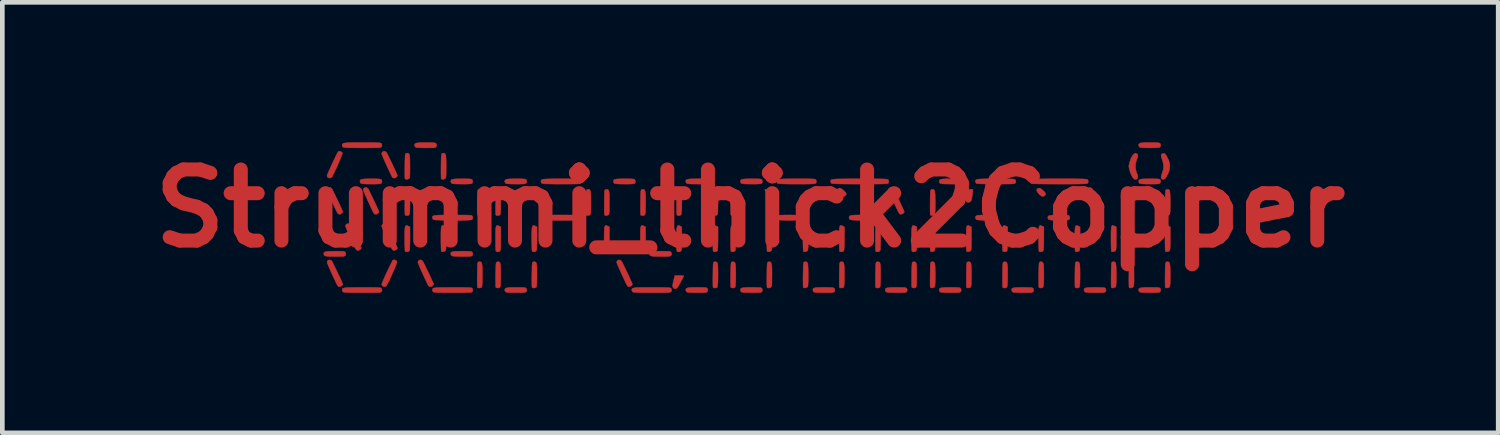
<source format=kicad_pcb>
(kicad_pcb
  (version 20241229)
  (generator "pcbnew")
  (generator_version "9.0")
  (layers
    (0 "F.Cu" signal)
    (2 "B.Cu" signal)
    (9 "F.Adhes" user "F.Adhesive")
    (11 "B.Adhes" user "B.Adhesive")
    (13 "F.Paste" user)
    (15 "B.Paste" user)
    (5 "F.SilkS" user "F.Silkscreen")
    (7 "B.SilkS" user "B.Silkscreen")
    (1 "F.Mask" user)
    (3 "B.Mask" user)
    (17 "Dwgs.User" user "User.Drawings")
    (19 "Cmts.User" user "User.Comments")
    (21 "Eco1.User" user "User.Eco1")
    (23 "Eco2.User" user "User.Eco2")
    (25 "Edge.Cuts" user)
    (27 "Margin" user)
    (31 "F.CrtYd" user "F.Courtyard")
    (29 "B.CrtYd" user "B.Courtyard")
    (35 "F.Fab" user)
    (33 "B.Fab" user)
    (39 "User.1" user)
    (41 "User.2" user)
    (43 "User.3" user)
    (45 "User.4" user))
  (footprint "Strummi_thick2Copper"
    (layer "F.Cu")
    (at 13.034 1.418)
    (property "Reference" "Strummi_thick2Copper" (at 0 0 0) (layer "F.Cu") (effects (font (size 1.524 1.524) (thickness 0.3))))
    (attr through_hole)
    (fp_poly (pts (xy 1.944 -0.429) (xy 1.988 -0.397) (xy 2.003 -0.383) (xy 2.04 -0.346) (xy 2.057 -0.319) (xy 2.055 -0.298) (xy 2.038 -0.276) (xy 2.008 -0.257) (xy 1.975 -0.261) (xy 1.935 -0.288) (xy 1.915 -0.308) (xy 1.878 -0.351) (xy 1.864 -0.384) (xy 1.872 -0.411) (xy 1.88 -0.421) (xy 1.908 -0.436) (xy 1.944 -0.429)) (stroke (width 0.01) (type solid)) (fill yes) (layer "F.Cu"))
    (fp_poly (pts (xy 6.219 -0.429) (xy 6.264 -0.397) (xy 6.279 -0.383) (xy 6.316 -0.346) (xy 6.332 -0.319) (xy 6.331 -0.298) (xy 6.314 -0.276) (xy 6.283 -0.257) (xy 6.251 -0.261) (xy 6.211 -0.288) (xy 6.191 -0.308) (xy 6.154 -0.351) (xy 6.14 -0.384) (xy 6.147 -0.411) (xy 6.155 -0.421) (xy 6.184 -0.436) (xy 6.219 -0.429)) (stroke (width 0.01) (type solid)) (fill yes) (layer "F.Cu"))
    (fp_poly (pts (xy 4.763 -0.307) (xy 4.755 -0.251) (xy 4.746 -0.201) (xy 4.736 -0.17) (xy 4.736 -0.169) (xy 4.712 -0.141) (xy 4.679 -0.129) (xy 4.648 -0.134) (xy 4.631 -0.151) (xy 4.623 -0.178) (xy 4.614 -0.223) (xy 4.608 -0.268) (xy 4.602 -0.32) (xy 4.596 -0.362) (xy 4.591 -0.385) (xy 4.591 -0.398) (xy 4.602 -0.405) (xy 4.631 -0.409) (xy 4.678 -0.409) (xy 4.772 -0.409) (xy 4.763 -0.307)) (stroke (width 0.01) (type solid)) (fill yes) (layer "F.Cu"))
    (fp_poly (pts (xy -4.524 -0.338) (xy -4.503 -0.262) (xy -4.492 -0.208) (xy -4.492 -0.172) (xy -4.501 -0.149) (xy -4.502 -0.148) (xy -4.531 -0.131) (xy -4.567 -0.129) (xy -4.596 -0.143) (xy -4.597 -0.145) (xy -4.609 -0.164) (xy -4.628 -0.2) (xy -4.653 -0.246) (xy -4.678 -0.297) (xy -4.701 -0.344) (xy -4.719 -0.38) (xy -4.727 -0.401) (xy -4.727 -0.402) (xy -4.714 -0.406) (xy -4.681 -0.408) (xy -4.636 -0.409) (xy -4.545 -0.409) (xy -4.524 -0.338)) (stroke (width 0.01) (type solid)) (fill yes) (layer "F.Cu"))
    (fp_poly (pts (xy -1.473 1.44) (xy -1.439 1.443) (xy -1.425 1.446) (xy -1.425 1.447) (xy -1.432 1.464) (xy -1.449 1.499) (xy -1.474 1.545) (xy -1.502 1.595) (xy -1.529 1.643) (xy -1.553 1.683) (xy -1.569 1.707) (xy -1.573 1.711) (xy -1.608 1.721) (xy -1.643 1.709) (xy -1.648 1.705) (xy -1.66 1.685) (xy -1.664 1.656) (xy -1.659 1.612) (xy -1.644 1.548) (xy -1.641 1.535) (xy -1.617 1.439) (xy -1.521 1.439) (xy -1.473 1.44)) (stroke (width 0.01) (type solid)) (fill yes) (layer "F.Cu"))
    (fp_poly (pts (xy 0.514 -0.338) (xy 0.535 -0.262) (xy 0.545 -0.208) (xy 0.546 -0.172) (xy 0.537 -0.149) (xy 0.536 -0.148) (xy 0.507 -0.131) (xy 0.471 -0.129) (xy 0.442 -0.143) (xy 0.441 -0.145) (xy 0.429 -0.164) (xy 0.409 -0.2) (xy 0.385 -0.246) (xy 0.359 -0.297) (xy 0.336 -0.344) (xy 0.319 -0.38) (xy 0.311 -0.401) (xy 0.31 -0.402) (xy 0.323 -0.406) (xy 0.357 -0.408) (xy 0.402 -0.409) (xy 0.493 -0.409) (xy 0.514 -0.338)) (stroke (width 0.01) (type solid)) (fill yes) (layer "F.Cu"))
    (fp_poly (pts (xy -7.348 0.371) (xy -7.33 0.379) (xy -7.295 0.395) (xy -7.295 0.646) (xy -7.296 0.749) (xy -7.299 0.825) (xy -7.303 0.878) (xy -7.308 0.907) (xy -7.312 0.914) (xy -7.339 0.928) (xy -7.374 0.931) (xy -7.399 0.922) (xy -7.399 0.922) (xy -7.402 0.905) (xy -7.404 0.865) (xy -7.406 0.806) (xy -7.408 0.732) (xy -7.408 0.649) (xy -7.408 0.646) (xy -7.408 0.547) (xy -7.406 0.472) (xy -7.403 0.42) (xy -7.396 0.387) (xy -7.385 0.37) (xy -7.37 0.365) (xy -7.348 0.371)) (stroke (width 0.01) (type solid)) (fill yes) (layer "F.Cu"))
    (fp_poly (pts (xy -5.401 0.371) (xy -5.382 0.379) (xy -5.348 0.395) (xy -5.348 0.646) (xy -5.349 0.749) (xy -5.351 0.825) (xy -5.355 0.878) (xy -5.361 0.907) (xy -5.365 0.914) (xy -5.392 0.928) (xy -5.426 0.931) (xy -5.451 0.922) (xy -5.452 0.922) (xy -5.455 0.905) (xy -5.457 0.865) (xy -5.459 0.806) (xy -5.46 0.732) (xy -5.461 0.649) (xy -5.461 0.646) (xy -5.461 0.547) (xy -5.459 0.472) (xy -5.455 0.42) (xy -5.449 0.387) (xy -5.438 0.37) (xy -5.422 0.365) (xy -5.401 0.371)) (stroke (width 0.01) (type solid)) (fill yes) (layer "F.Cu"))
    (fp_poly (pts (xy -4.625 0.371) (xy -4.606 0.379) (xy -4.572 0.395) (xy -4.572 0.646) (xy -4.573 0.749) (xy -4.575 0.825) (xy -4.579 0.878) (xy -4.585 0.907) (xy -4.589 0.914) (xy -4.616 0.928) (xy -4.65 0.931) (xy -4.675 0.922) (xy -4.675 0.922) (xy -4.678 0.905) (xy -4.681 0.865) (xy -4.683 0.806) (xy -4.684 0.732) (xy -4.685 0.649) (xy -4.685 0.646) (xy -4.685 0.547) (xy -4.683 0.472) (xy -4.679 0.42) (xy -4.672 0.387) (xy -4.662 0.37) (xy -4.646 0.365) (xy -4.625 0.371)) (stroke (width 0.01) (type solid)) (fill yes) (layer "F.Cu"))
    (fp_poly (pts (xy -2.296 0.371) (xy -2.278 0.379) (xy -2.244 0.395) (xy -2.244 0.646) (xy -2.244 0.749) (xy -2.247 0.825) (xy -2.251 0.878) (xy -2.257 0.907) (xy -2.261 0.914) (xy -2.288 0.928) (xy -2.322 0.931) (xy -2.347 0.922) (xy -2.347 0.922) (xy -2.35 0.905) (xy -2.353 0.865) (xy -2.355 0.806) (xy -2.356 0.732) (xy -2.357 0.649) (xy -2.357 0.646) (xy -2.356 0.547) (xy -2.355 0.472) (xy -2.351 0.42) (xy -2.344 0.387) (xy -2.333 0.37) (xy -2.318 0.365) (xy -2.296 0.371)) (stroke (width 0.01) (type solid)) (fill yes) (layer "F.Cu"))
    (fp_poly (pts (xy -1.52 0.371) (xy -1.502 0.379) (xy -1.468 0.395) (xy -1.468 0.646) (xy -1.468 0.749) (xy -1.471 0.825) (xy -1.475 0.878) (xy -1.48 0.907) (xy -1.484 0.914) (xy -1.512 0.928) (xy -1.546 0.931) (xy -1.571 0.922) (xy -1.571 0.922) (xy -1.574 0.905) (xy -1.577 0.865) (xy -1.579 0.806) (xy -1.58 0.732) (xy -1.58 0.649) (xy -1.58 0.646) (xy -1.58 0.547) (xy -1.579 0.472) (xy -1.575 0.42) (xy -1.568 0.387) (xy -1.557 0.37) (xy -1.542 0.365) (xy -1.52 0.371)) (stroke (width 0.01) (type solid)) (fill yes) (layer "F.Cu"))
    (fp_poly (pts (xy -0.744 0.371) (xy -0.726 0.379) (xy -0.691 0.395) (xy -0.691 0.646) (xy -0.692 0.749) (xy -0.695 0.825) (xy -0.699 0.878) (xy -0.704 0.907) (xy -0.708 0.914) (xy -0.735 0.928) (xy -0.77 0.931) (xy -0.795 0.922) (xy -0.795 0.922) (xy -0.798 0.905) (xy -0.8 0.865) (xy -0.802 0.806) (xy -0.804 0.732) (xy -0.804 0.649) (xy -0.804 0.646) (xy -0.804 0.547) (xy -0.802 0.472) (xy -0.799 0.42) (xy -0.792 0.387) (xy -0.781 0.37) (xy -0.766 0.365) (xy -0.744 0.371)) (stroke (width 0.01) (type solid)) (fill yes) (layer "F.Cu"))
    (fp_poly (pts (xy -0.363 0.371) (xy -0.345 0.379) (xy -0.31 0.395) (xy -0.31 0.646) (xy -0.311 0.749) (xy -0.314 0.825) (xy -0.318 0.878) (xy -0.323 0.907) (xy -0.327 0.914) (xy -0.354 0.928) (xy -0.389 0.931) (xy -0.414 0.922) (xy -0.414 0.922) (xy -0.417 0.905) (xy -0.419 0.865) (xy -0.421 0.806) (xy -0.423 0.732) (xy -0.423 0.649) (xy -0.423 0.646) (xy -0.423 0.547) (xy -0.421 0.472) (xy -0.418 0.42) (xy -0.411 0.387) (xy -0.4 0.37) (xy -0.385 0.365) (xy -0.363 0.371)) (stroke (width 0.01) (type solid)) (fill yes) (layer "F.Cu"))
    (fp_poly (pts (xy 1.965 0.371) (xy 1.984 0.379) (xy 2.018 0.395) (xy 2.018 0.646) (xy 2.017 0.749) (xy 2.015 0.825) (xy 2.011 0.878) (xy 2.005 0.907) (xy 2.001 0.914) (xy 1.974 0.928) (xy 1.94 0.931) (xy 1.915 0.922) (xy 1.914 0.922) (xy 1.911 0.905) (xy 1.909 0.865) (xy 1.907 0.806) (xy 1.906 0.732) (xy 1.905 0.649) (xy 1.905 0.646) (xy 1.905 0.547) (xy 1.907 0.472) (xy 1.911 0.42) (xy 1.917 0.387) (xy 1.928 0.37) (xy 1.944 0.365) (xy 1.965 0.371)) (stroke (width 0.01) (type solid)) (fill yes) (layer "F.Cu"))
    (fp_poly (pts (xy 2.741 0.371) (xy 2.76 0.379) (xy 2.794 0.395) (xy 2.794 0.646) (xy 2.793 0.749) (xy 2.791 0.825) (xy 2.787 0.878) (xy 2.781 0.907) (xy 2.777 0.914) (xy 2.75 0.928) (xy 2.716 0.931) (xy 2.691 0.922) (xy 2.691 0.922) (xy 2.688 0.905) (xy 2.685 0.865) (xy 2.683 0.806) (xy 2.682 0.732) (xy 2.681 0.649) (xy 2.681 0.646) (xy 2.681 0.547) (xy 2.683 0.472) (xy 2.687 0.42) (xy 2.694 0.387) (xy 2.704 0.37) (xy 2.72 0.365) (xy 2.741 0.371)) (stroke (width 0.01) (type solid)) (fill yes) (layer "F.Cu"))
    (fp_poly (pts (xy 3.517 0.371) (xy 3.536 0.379) (xy 3.57 0.395) (xy 3.57 0.646) (xy 3.569 0.749) (xy 3.567 0.825) (xy 3.563 0.878) (xy 3.557 0.907) (xy 3.553 0.914) (xy 3.526 0.928) (xy 3.492 0.931) (xy 3.467 0.922) (xy 3.467 0.922) (xy 3.464 0.905) (xy 3.461 0.865) (xy 3.459 0.806) (xy 3.458 0.732) (xy 3.457 0.649) (xy 3.457 0.646) (xy 3.458 0.547) (xy 3.459 0.472) (xy 3.463 0.42) (xy 3.47 0.387) (xy 3.48 0.37) (xy 3.496 0.365) (xy 3.517 0.371)) (stroke (width 0.01) (type solid)) (fill yes) (layer "F.Cu"))
    (fp_poly (pts (xy 5.465 0.371) (xy 5.483 0.379) (xy 5.517 0.395) (xy 5.517 0.646) (xy 5.517 0.749) (xy 5.514 0.825) (xy 5.51 0.878) (xy 5.505 0.907) (xy 5.501 0.914) (xy 5.473 0.928) (xy 5.439 0.931) (xy 5.414 0.922) (xy 5.414 0.922) (xy 5.411 0.905) (xy 5.408 0.865) (xy 5.406 0.806) (xy 5.405 0.732) (xy 5.405 0.649) (xy 5.405 0.646) (xy 5.405 0.547) (xy 5.406 0.472) (xy 5.41 0.42) (xy 5.417 0.387) (xy 5.428 0.37) (xy 5.443 0.365) (xy 5.465 0.371)) (stroke (width 0.01) (type solid)) (fill yes) (layer "F.Cu"))
    (fp_poly (pts (xy 6.241 0.371) (xy 6.259 0.379) (xy 6.294 0.395) (xy 6.294 0.646) (xy 6.293 0.749) (xy 6.29 0.825) (xy 6.286 0.878) (xy 6.281 0.907) (xy 6.277 0.914) (xy 6.25 0.928) (xy 6.215 0.931) (xy 6.19 0.922) (xy 6.19 0.922) (xy 6.187 0.905) (xy 6.185 0.865) (xy 6.183 0.806) (xy 6.181 0.732) (xy 6.181 0.649) (xy 6.181 0.646) (xy 6.181 0.547) (xy 6.183 0.472) (xy 6.186 0.42) (xy 6.193 0.387) (xy 6.204 0.37) (xy 6.219 0.365) (xy 6.241 0.371)) (stroke (width 0.01) (type solid)) (fill yes) (layer "F.Cu"))
    (fp_poly (pts (xy 7.017 0.371) (xy 7.035 0.379) (xy 7.07 0.395) (xy 7.07 0.646) (xy 7.069 0.749) (xy 7.067 0.825) (xy 7.063 0.878) (xy 7.057 0.907) (xy 7.053 0.914) (xy 7.026 0.928) (xy 6.992 0.931) (xy 6.966 0.922) (xy 6.966 0.922) (xy 6.963 0.905) (xy 6.961 0.865) (xy 6.959 0.806) (xy 6.957 0.732) (xy 6.957 0.649) (xy 6.957 0.646) (xy 6.957 0.547) (xy 6.959 0.472) (xy 6.962 0.42) (xy 6.969 0.387) (xy 6.98 0.37) (xy 6.996 0.365) (xy 7.017 0.371)) (stroke (width 0.01) (type solid)) (fill yes) (layer "F.Cu"))
    (fp_poly (pts (xy -6.572 0.371) (xy -6.554 0.379) (xy -6.519 0.395) (xy -6.519 0.648) (xy -6.52 0.739) (xy -6.52 0.806) (xy -6.522 0.852) (xy -6.526 0.882) (xy -6.531 0.901) (xy -6.539 0.911) (xy -6.547 0.917) (xy -6.587 0.93) (xy -6.618 0.926) (xy -6.623 0.922) (xy -6.626 0.905) (xy -6.628 0.865) (xy -6.63 0.806) (xy -6.632 0.732) (xy -6.632 0.649) (xy -6.632 0.646) (xy -6.632 0.547) (xy -6.63 0.472) (xy -6.627 0.42) (xy -6.62 0.387) (xy -6.609 0.37) (xy -6.593 0.365) (xy -6.572 0.371)) (stroke (width 0.01) (type solid)) (fill yes) (layer "F.Cu"))
    (fp_poly (pts (xy -3.073 0.371) (xy -3.054 0.379) (xy -3.02 0.395) (xy -3.02 0.648) (xy -3.02 0.739) (xy -3.021 0.806) (xy -3.023 0.852) (xy -3.026 0.882) (xy -3.031 0.901) (xy -3.039 0.911) (xy -3.047 0.917) (xy -3.087 0.93) (xy -3.118 0.926) (xy -3.123 0.922) (xy -3.126 0.905) (xy -3.129 0.865) (xy -3.131 0.806) (xy -3.132 0.732) (xy -3.133 0.649) (xy -3.133 0.646) (xy -3.132 0.547) (xy -3.131 0.472) (xy -3.127 0.42) (xy -3.12 0.387) (xy -3.109 0.37) (xy -3.094 0.365) (xy -3.073 0.371)) (stroke (width 0.01) (type solid)) (fill yes) (layer "F.Cu"))
    (fp_poly (pts (xy 0.413 0.371) (xy 0.431 0.379) (xy 0.466 0.395) (xy 0.466 0.648) (xy 0.465 0.739) (xy 0.465 0.806) (xy 0.463 0.852) (xy 0.459 0.882) (xy 0.454 0.901) (xy 0.446 0.911) (xy 0.438 0.917) (xy 0.398 0.93) (xy 0.367 0.926) (xy 0.362 0.922) (xy 0.359 0.905) (xy 0.357 0.865) (xy 0.355 0.806) (xy 0.353 0.732) (xy 0.353 0.649) (xy 0.353 0.646) (xy 0.353 0.547) (xy 0.355 0.472) (xy 0.358 0.42) (xy 0.365 0.387) (xy 0.376 0.37) (xy 0.392 0.365) (xy 0.413 0.371)) (stroke (width 0.01) (type solid)) (fill yes) (layer "F.Cu"))
    (fp_poly (pts (xy 1.189 0.371) (xy 1.207 0.379) (xy 1.242 0.395) (xy 1.242 0.648) (xy 1.242 0.739) (xy 1.241 0.806) (xy 1.239 0.852) (xy 1.235 0.882) (xy 1.23 0.901) (xy 1.223 0.911) (xy 1.214 0.917) (xy 1.174 0.93) (xy 1.143 0.926) (xy 1.138 0.922) (xy 1.135 0.905) (xy 1.133 0.865) (xy 1.131 0.806) (xy 1.129 0.732) (xy 1.129 0.649) (xy 1.129 0.646) (xy 1.129 0.547) (xy 1.131 0.472) (xy 1.135 0.42) (xy 1.141 0.387) (xy 1.152 0.37) (xy 1.168 0.365) (xy 1.189 0.371)) (stroke (width 0.01) (type solid)) (fill yes) (layer "F.Cu"))
    (fp_poly (pts (xy 3.912 0.371) (xy 3.931 0.379) (xy 3.965 0.395) (xy 3.965 0.648) (xy 3.965 0.739) (xy 3.964 0.806) (xy 3.962 0.852) (xy 3.959 0.882) (xy 3.954 0.901) (xy 3.946 0.911) (xy 3.938 0.917) (xy 3.898 0.93) (xy 3.867 0.926) (xy 3.862 0.922) (xy 3.859 0.905) (xy 3.856 0.865) (xy 3.854 0.806) (xy 3.853 0.732) (xy 3.852 0.649) (xy 3.852 0.646) (xy 3.853 0.547) (xy 3.854 0.472) (xy 3.858 0.42) (xy 3.865 0.387) (xy 3.876 0.37) (xy 3.891 0.365) (xy 3.912 0.371)) (stroke (width 0.01) (type solid)) (fill yes) (layer "F.Cu"))
    (fp_poly (pts (xy 4.689 0.371) (xy 4.707 0.379) (xy 4.741 0.395) (xy 4.741 0.648) (xy 4.741 0.739) (xy 4.74 0.806) (xy 4.738 0.852) (xy 4.735 0.882) (xy 4.73 0.901) (xy 4.722 0.911) (xy 4.714 0.917) (xy 4.674 0.93) (xy 4.643 0.926) (xy 4.638 0.922) (xy 4.635 0.905) (xy 4.632 0.865) (xy 4.63 0.806) (xy 4.629 0.732) (xy 4.628 0.649) (xy 4.628 0.646) (xy 4.629 0.547) (xy 4.63 0.472) (xy 4.634 0.42) (xy 4.641 0.387) (xy 4.652 0.37) (xy 4.667 0.365) (xy 4.689 0.371)) (stroke (width 0.01) (type solid)) (fill yes) (layer "F.Cu"))
    (fp_poly (pts (xy 7.793 0.371) (xy 7.811 0.379) (xy 7.846 0.395) (xy 7.846 0.648) (xy 7.846 0.739) (xy 7.845 0.806) (xy 7.843 0.852) (xy 7.839 0.882) (xy 7.834 0.901) (xy 7.827 0.911) (xy 7.818 0.917) (xy 7.778 0.93) (xy 7.747 0.926) (xy 7.742 0.922) (xy 7.739 0.905) (xy 7.737 0.865) (xy 7.735 0.806) (xy 7.733 0.732) (xy 7.733 0.649) (xy 7.733 0.646) (xy 7.733 0.547) (xy 7.735 0.472) (xy 7.739 0.42) (xy 7.745 0.387) (xy 7.756 0.37) (xy 7.772 0.365) (xy 7.793 0.371)) (stroke (width 0.01) (type solid)) (fill yes) (layer "F.Cu"))
    (fp_poly (pts (xy 8.174 0.371) (xy 8.192 0.379) (xy 8.227 0.395) (xy 8.227 0.648) (xy 8.227 0.739) (xy 8.226 0.806) (xy 8.224 0.852) (xy 8.22 0.882) (xy 8.215 0.901) (xy 8.208 0.911) (xy 8.199 0.917) (xy 8.159 0.93) (xy 8.128 0.926) (xy 8.123 0.922) (xy 8.12 0.905) (xy 8.118 0.865) (xy 8.116 0.806) (xy 8.114 0.732) (xy 8.114 0.649) (xy 8.114 0.646) (xy 8.114 0.547) (xy 8.116 0.472) (xy 8.12 0.42) (xy 8.126 0.387) (xy 8.137 0.37) (xy 8.153 0.365) (xy 8.174 0.371)) (stroke (width 0.01) (type solid)) (fill yes) (layer "F.Cu"))
    (fp_poly (pts (xy 8.95 0.371) (xy 8.969 0.379) (xy 9.003 0.395) (xy 9.003 0.648) (xy 9.003 0.739) (xy 9.002 0.806) (xy 9 0.852) (xy 8.997 0.882) (xy 8.991 0.901) (xy 8.984 0.911) (xy 8.976 0.917) (xy 8.935 0.93) (xy 8.904 0.926) (xy 8.899 0.922) (xy 8.896 0.905) (xy 8.894 0.865) (xy 8.892 0.806) (xy 8.891 0.732) (xy 8.89 0.649) (xy 8.89 0.646) (xy 8.89 0.547) (xy 8.892 0.472) (xy 8.896 0.42) (xy 8.902 0.387) (xy 8.913 0.37) (xy 8.929 0.365) (xy 8.95 0.371)) (stroke (width 0.01) (type solid)) (fill yes) (layer "F.Cu"))
    (fp_poly (pts (xy -8.821 0.917) (xy -8.763 0.919) (xy -8.725 0.921) (xy -8.701 0.926) (xy -8.688 0.933) (xy -8.679 0.943) (xy -8.678 0.945) (xy -8.671 0.982) (xy -8.678 1.002) (xy -8.686 1.013) (xy -8.699 1.021) (xy -8.72 1.026) (xy -8.756 1.028) (xy -8.81 1.03) (xy -8.887 1.03) (xy -8.902 1.03) (xy -8.997 1.029) (xy -9.065 1.026) (xy -9.109 1.02) (xy -9.127 1.013) (xy -9.142 0.985) (xy -9.144 0.974) (xy -9.141 0.953) (xy -9.13 0.938) (xy -9.106 0.928) (xy -9.067 0.922) (xy -9.008 0.918) (xy -8.926 0.917) (xy -8.902 0.917) (xy -8.821 0.917)) (stroke (width 0.01) (type solid)) (fill yes) (layer "F.Cu"))
    (fp_poly (pts (xy -8.045 -0.635) (xy -7.987 -0.634) (xy -7.949 -0.631) (xy -7.925 -0.626) (xy -7.911 -0.619) (xy -7.903 -0.609) (xy -7.902 -0.607) (xy -7.895 -0.571) (xy -7.902 -0.55) (xy -7.91 -0.539) (xy -7.922 -0.532) (xy -7.944 -0.527) (xy -7.98 -0.524) (xy -8.034 -0.522) (xy -8.111 -0.522) (xy -8.126 -0.522) (xy -8.221 -0.523) (xy -8.289 -0.526) (xy -8.332 -0.532) (xy -8.351 -0.539) (xy -8.366 -0.567) (xy -8.368 -0.579) (xy -8.365 -0.599) (xy -8.354 -0.614) (xy -8.33 -0.624) (xy -8.291 -0.631) (xy -8.232 -0.634) (xy -8.15 -0.635) (xy -8.126 -0.635) (xy -8.045 -0.635)) (stroke (width 0.01) (type solid)) (fill yes) (layer "F.Cu"))
    (fp_poly (pts (xy -6.873 -1.411) (xy -6.816 -1.41) (xy -6.778 -1.407) (xy -6.754 -1.403) (xy -6.74 -1.395) (xy -6.732 -1.385) (xy -6.731 -1.383) (xy -6.724 -1.347) (xy -6.731 -1.326) (xy -6.739 -1.315) (xy -6.751 -1.308) (xy -6.773 -1.303) (xy -6.809 -1.3) (xy -6.863 -1.299) (xy -6.94 -1.298) (xy -6.954 -1.298) (xy -7.05 -1.299) (xy -7.118 -1.302) (xy -7.161 -1.308) (xy -7.18 -1.315) (xy -7.195 -1.343) (xy -7.197 -1.355) (xy -7.194 -1.375) (xy -7.183 -1.39) (xy -7.159 -1.401) (xy -7.12 -1.407) (xy -7.061 -1.41) (xy -6.978 -1.411) (xy -6.954 -1.411) (xy -6.873 -1.411)) (stroke (width 0.01) (type solid)) (fill yes) (layer "F.Cu"))
    (fp_poly (pts (xy -6.097 -0.635) (xy -6.04 -0.634) (xy -6.002 -0.631) (xy -5.978 -0.626) (xy -5.964 -0.619) (xy -5.956 -0.609) (xy -5.955 -0.607) (xy -5.948 -0.571) (xy -5.955 -0.55) (xy -5.963 -0.539) (xy -5.975 -0.532) (xy -5.997 -0.527) (xy -6.033 -0.524) (xy -6.087 -0.522) (xy -6.164 -0.522) (xy -6.178 -0.522) (xy -6.274 -0.523) (xy -6.342 -0.526) (xy -6.385 -0.532) (xy -6.404 -0.539) (xy -6.419 -0.567) (xy -6.421 -0.579) (xy -6.418 -0.599) (xy -6.406 -0.614) (xy -6.383 -0.624) (xy -6.344 -0.631) (xy -6.285 -0.634) (xy -6.202 -0.635) (xy -6.178 -0.635) (xy -6.097 -0.635)) (stroke (width 0.01) (type solid)) (fill yes) (layer "F.Cu"))
    (fp_poly (pts (xy -6.097 0.917) (xy -6.04 0.919) (xy -6.002 0.921) (xy -5.978 0.926) (xy -5.964 0.933) (xy -5.956 0.943) (xy -5.955 0.945) (xy -5.948 0.982) (xy -5.955 1.002) (xy -5.963 1.013) (xy -5.975 1.021) (xy -5.997 1.026) (xy -6.033 1.028) (xy -6.087 1.03) (xy -6.164 1.03) (xy -6.178 1.03) (xy -6.274 1.029) (xy -6.342 1.026) (xy -6.385 1.02) (xy -6.404 1.013) (xy -6.419 0.985) (xy -6.421 0.974) (xy -6.418 0.953) (xy -6.406 0.938) (xy -6.383 0.928) (xy -6.344 0.922) (xy -6.285 0.918) (xy -6.202 0.917) (xy -6.178 0.917) (xy -6.097 0.917)) (stroke (width 0.01) (type solid)) (fill yes) (layer "F.Cu"))
    (fp_poly (pts (xy -4.94 -0.635) (xy -4.883 -0.634) (xy -4.844 -0.631) (xy -4.821 -0.626) (xy -4.807 -0.619) (xy -4.799 -0.609) (xy -4.798 -0.607) (xy -4.79 -0.571) (xy -4.798 -0.55) (xy -4.805 -0.539) (xy -4.818 -0.532) (xy -4.84 -0.527) (xy -4.875 -0.524) (xy -4.93 -0.522) (xy -5.007 -0.522) (xy -5.021 -0.522) (xy -5.116 -0.523) (xy -5.185 -0.526) (xy -5.228 -0.532) (xy -5.247 -0.539) (xy -5.262 -0.567) (xy -5.263 -0.579) (xy -5.261 -0.599) (xy -5.249 -0.614) (xy -5.226 -0.624) (xy -5.187 -0.631) (xy -5.128 -0.634) (xy -5.045 -0.635) (xy -5.021 -0.635) (xy -4.94 -0.635)) (stroke (width 0.01) (type solid)) (fill yes) (layer "F.Cu"))
    (fp_poly (pts (xy -4.94 1.694) (xy -4.883 1.695) (xy -4.844 1.697) (xy -4.821 1.702) (xy -4.807 1.709) (xy -4.799 1.72) (xy -4.798 1.722) (xy -4.79 1.758) (xy -4.798 1.778) (xy -4.805 1.789) (xy -4.818 1.797) (xy -4.84 1.802) (xy -4.875 1.805) (xy -4.93 1.806) (xy -5.007 1.806) (xy -5.021 1.806) (xy -5.116 1.805) (xy -5.185 1.802) (xy -5.228 1.797) (xy -5.247 1.789) (xy -5.262 1.762) (xy -5.263 1.75) (xy -5.261 1.729) (xy -5.249 1.714) (xy -5.226 1.704) (xy -5.187 1.698) (xy -5.128 1.694) (xy -5.045 1.693) (xy -5.021 1.693) (xy -4.94 1.694)) (stroke (width 0.01) (type solid)) (fill yes) (layer "F.Cu"))
    (fp_poly (pts (xy -2.612 -0.635) (xy -2.554 -0.634) (xy -2.516 -0.631) (xy -2.492 -0.626) (xy -2.479 -0.619) (xy -2.471 -0.609) (xy -2.469 -0.607) (xy -2.462 -0.571) (xy -2.469 -0.55) (xy -2.477 -0.539) (xy -2.49 -0.532) (xy -2.511 -0.527) (xy -2.547 -0.524) (xy -2.601 -0.522) (xy -2.678 -0.522) (xy -2.693 -0.522) (xy -2.788 -0.523) (xy -2.857 -0.526) (xy -2.9 -0.532) (xy -2.918 -0.539) (xy -2.933 -0.567) (xy -2.935 -0.579) (xy -2.932 -0.599) (xy -2.921 -0.614) (xy -2.898 -0.624) (xy -2.858 -0.631) (xy -2.799 -0.634) (xy -2.717 -0.635) (xy -2.693 -0.635) (xy -2.612 -0.635)) (stroke (width 0.01) (type solid)) (fill yes) (layer "F.Cu"))
    (fp_poly (pts (xy -1.836 0.917) (xy -1.778 0.919) (xy -1.74 0.921) (xy -1.716 0.926) (xy -1.703 0.933) (xy -1.694 0.943) (xy -1.693 0.945) (xy -1.686 0.982) (xy -1.693 1.002) (xy -1.701 1.013) (xy -1.714 1.021) (xy -1.735 1.026) (xy -1.771 1.028) (xy -1.825 1.03) (xy -1.902 1.03) (xy -1.917 1.03) (xy -2.012 1.029) (xy -2.08 1.026) (xy -2.124 1.02) (xy -2.142 1.013) (xy -2.157 0.985) (xy -2.159 0.974) (xy -2.156 0.953) (xy -2.145 0.938) (xy -2.121 0.928) (xy -2.082 0.922) (xy -2.023 0.918) (xy -1.941 0.917) (xy -1.917 0.917) (xy -1.836 0.917)) (stroke (width 0.01) (type solid)) (fill yes) (layer "F.Cu"))
    (fp_poly (pts (xy -1.06 -0.635) (xy -1.002 -0.634) (xy -0.964 -0.631) (xy -0.94 -0.626) (xy -0.926 -0.619) (xy -0.918 -0.609) (xy -0.917 -0.607) (xy -0.91 -0.571) (xy -0.917 -0.55) (xy -0.925 -0.539) (xy -0.937 -0.532) (xy -0.959 -0.527) (xy -0.995 -0.524) (xy -1.049 -0.522) (xy -1.126 -0.522) (xy -1.141 -0.522) (xy -1.236 -0.523) (xy -1.304 -0.526) (xy -1.347 -0.532) (xy -1.366 -0.539) (xy -1.381 -0.567) (xy -1.383 -0.579) (xy -1.38 -0.599) (xy -1.369 -0.614) (xy -1.345 -0.624) (xy -1.306 -0.631) (xy -1.247 -0.634) (xy -1.165 -0.635) (xy -1.141 -0.635) (xy -1.06 -0.635)) (stroke (width 0.01) (type solid)) (fill yes) (layer "F.Cu"))
    (fp_poly (pts (xy -1.06 1.694) (xy -1.002 1.695) (xy -0.964 1.697) (xy -0.94 1.702) (xy -0.926 1.709) (xy -0.918 1.72) (xy -0.917 1.722) (xy -0.91 1.758) (xy -0.917 1.778) (xy -0.925 1.789) (xy -0.937 1.797) (xy -0.959 1.802) (xy -0.995 1.805) (xy -1.049 1.806) (xy -1.126 1.806) (xy -1.141 1.806) (xy -1.236 1.805) (xy -1.304 1.802) (xy -1.347 1.797) (xy -1.366 1.789) (xy -1.381 1.762) (xy -1.383 1.75) (xy -1.38 1.729) (xy -1.369 1.714) (xy -1.345 1.704) (xy -1.306 1.698) (xy -1.247 1.694) (xy -1.165 1.693) (xy -1.141 1.693) (xy -1.06 1.694)) (stroke (width 0.01) (type solid)) (fill yes) (layer "F.Cu"))
    (fp_poly (pts (xy 0.112 -0.635) (xy 0.169 -0.634) (xy 0.207 -0.631) (xy 0.231 -0.626) (xy 0.245 -0.619) (xy 0.253 -0.609) (xy 0.254 -0.607) (xy 0.261 -0.571) (xy 0.254 -0.55) (xy 0.246 -0.539) (xy 0.234 -0.532) (xy 0.212 -0.527) (xy 0.176 -0.524) (xy 0.122 -0.522) (xy 0.045 -0.522) (xy 0.031 -0.522) (xy -0.065 -0.523) (xy -0.133 -0.526) (xy -0.176 -0.532) (xy -0.195 -0.539) (xy -0.21 -0.567) (xy -0.212 -0.579) (xy -0.209 -0.599) (xy -0.198 -0.614) (xy -0.174 -0.624) (xy -0.135 -0.631) (xy -0.076 -0.634) (xy 0.007 -0.635) (xy 0.031 -0.635) (xy 0.112 -0.635)) (stroke (width 0.01) (type solid)) (fill yes) (layer "F.Cu"))
    (fp_poly (pts (xy 0.112 1.694) (xy 0.169 1.695) (xy 0.207 1.697) (xy 0.231 1.702) (xy 0.245 1.709) (xy 0.253 1.72) (xy 0.254 1.722) (xy 0.261 1.758) (xy 0.254 1.778) (xy 0.246 1.789) (xy 0.234 1.797) (xy 0.212 1.802) (xy 0.176 1.805) (xy 0.122 1.806) (xy 0.045 1.806) (xy 0.031 1.806) (xy -0.065 1.805) (xy -0.133 1.802) (xy -0.176 1.797) (xy -0.195 1.789) (xy -0.21 1.762) (xy -0.212 1.75) (xy -0.209 1.729) (xy -0.198 1.714) (xy -0.174 1.704) (xy -0.135 1.698) (xy -0.076 1.694) (xy 0.007 1.693) (xy 0.031 1.693) (xy 0.112 1.694)) (stroke (width 0.01) (type solid)) (fill yes) (layer "F.Cu"))
    (fp_poly (pts (xy 0.888 0.141) (xy 0.945 0.142) (xy 0.983 0.145) (xy 1.007 0.15) (xy 1.021 0.157) (xy 1.029 0.167) (xy 1.03 0.169) (xy 1.037 0.205) (xy 1.03 0.226) (xy 1.022 0.237) (xy 1.01 0.244) (xy 0.988 0.249) (xy 0.952 0.252) (xy 0.898 0.254) (xy 0.821 0.254) (xy 0.807 0.254) (xy 0.711 0.253) (xy 0.643 0.25) (xy 0.6 0.244) (xy 0.581 0.237) (xy 0.566 0.209) (xy 0.564 0.198) (xy 0.567 0.177) (xy 0.579 0.162) (xy 0.602 0.152) (xy 0.641 0.145) (xy 0.7 0.142) (xy 0.783 0.141) (xy 0.807 0.141) (xy 0.888 0.141)) (stroke (width 0.01) (type solid)) (fill yes) (layer "F.Cu"))
    (fp_poly (pts (xy 1.664 1.694) (xy 1.721 1.695) (xy 1.76 1.697) (xy 1.783 1.702) (xy 1.797 1.709) (xy 1.805 1.72) (xy 1.806 1.722) (xy 1.814 1.758) (xy 1.806 1.778) (xy 1.799 1.789) (xy 1.786 1.797) (xy 1.764 1.802) (xy 1.729 1.805) (xy 1.674 1.806) (xy 1.597 1.806) (xy 1.583 1.806) (xy 1.488 1.805) (xy 1.419 1.802) (xy 1.376 1.797) (xy 1.357 1.789) (xy 1.342 1.762) (xy 1.341 1.75) (xy 1.343 1.729) (xy 1.355 1.714) (xy 1.378 1.704) (xy 1.417 1.698) (xy 1.476 1.694) (xy 1.559 1.693) (xy 1.583 1.693) (xy 1.664 1.694)) (stroke (width 0.01) (type solid)) (fill yes) (layer "F.Cu"))
    (fp_poly (pts (xy 2.44 0.141) (xy 2.497 0.142) (xy 2.536 0.145) (xy 2.559 0.15) (xy 2.573 0.157) (xy 2.581 0.167) (xy 2.582 0.169) (xy 2.59 0.205) (xy 2.582 0.226) (xy 2.575 0.237) (xy 2.562 0.244) (xy 2.54 0.249) (xy 2.505 0.252) (xy 2.451 0.254) (xy 2.374 0.254) (xy 2.359 0.254) (xy 2.264 0.253) (xy 2.195 0.25) (xy 2.152 0.244) (xy 2.134 0.237) (xy 2.118 0.209) (xy 2.117 0.198) (xy 2.12 0.177) (xy 2.131 0.162) (xy 2.154 0.152) (xy 2.194 0.145) (xy 2.253 0.142) (xy 2.335 0.141) (xy 2.359 0.141) (xy 2.44 0.141)) (stroke (width 0.01) (type solid)) (fill yes) (layer "F.Cu"))
    (fp_poly (pts (xy 3.216 1.694) (xy 3.274 1.695) (xy 3.312 1.697) (xy 3.336 1.702) (xy 3.349 1.709) (xy 3.357 1.72) (xy 3.358 1.722) (xy 3.366 1.758) (xy 3.358 1.778) (xy 3.351 1.789) (xy 3.338 1.797) (xy 3.316 1.802) (xy 3.281 1.805) (xy 3.227 1.806) (xy 3.15 1.806) (xy 3.135 1.806) (xy 3.04 1.805) (xy 2.971 1.802) (xy 2.928 1.797) (xy 2.91 1.789) (xy 2.895 1.762) (xy 2.893 1.75) (xy 2.896 1.729) (xy 2.907 1.714) (xy 2.93 1.704) (xy 2.97 1.698) (xy 3.029 1.694) (xy 3.111 1.693) (xy 3.135 1.693) (xy 3.216 1.694)) (stroke (width 0.01) (type solid)) (fill yes) (layer "F.Cu"))
    (fp_poly (pts (xy 4.373 -0.635) (xy 4.431 -0.634) (xy 4.469 -0.631) (xy 4.493 -0.626) (xy 4.506 -0.619) (xy 4.514 -0.609) (xy 4.516 -0.607) (xy 4.523 -0.571) (xy 4.516 -0.55) (xy 4.508 -0.539) (xy 4.495 -0.532) (xy 4.474 -0.527) (xy 4.438 -0.524) (xy 4.384 -0.522) (xy 4.307 -0.522) (xy 4.292 -0.522) (xy 4.197 -0.523) (xy 4.128 -0.526) (xy 4.085 -0.532) (xy 4.067 -0.539) (xy 4.052 -0.567) (xy 4.05 -0.579) (xy 4.053 -0.599) (xy 4.064 -0.614) (xy 4.087 -0.624) (xy 4.127 -0.631) (xy 4.186 -0.634) (xy 4.268 -0.635) (xy 4.292 -0.635) (xy 4.373 -0.635)) (stroke (width 0.01) (type solid)) (fill yes) (layer "F.Cu"))
    (fp_poly (pts (xy 4.373 1.694) (xy 4.431 1.695) (xy 4.469 1.697) (xy 4.493 1.702) (xy 4.506 1.709) (xy 4.514 1.72) (xy 4.516 1.722) (xy 4.523 1.758) (xy 4.516 1.778) (xy 4.508 1.789) (xy 4.495 1.797) (xy 4.474 1.802) (xy 4.438 1.805) (xy 4.384 1.806) (xy 4.307 1.806) (xy 4.292 1.806) (xy 4.197 1.805) (xy 4.128 1.802) (xy 4.085 1.797) (xy 4.067 1.789) (xy 4.052 1.762) (xy 4.05 1.75) (xy 4.053 1.729) (xy 4.064 1.714) (xy 4.087 1.704) (xy 4.127 1.698) (xy 4.186 1.694) (xy 4.268 1.693) (xy 4.292 1.693) (xy 4.373 1.694)) (stroke (width 0.01) (type solid)) (fill yes) (layer "F.Cu"))
    (fp_poly (pts (xy 5.149 0.141) (xy 5.207 0.142) (xy 5.245 0.145) (xy 5.269 0.15) (xy 5.282 0.157) (xy 5.291 0.167) (xy 5.292 0.169) (xy 5.299 0.205) (xy 5.292 0.226) (xy 5.284 0.237) (xy 5.271 0.244) (xy 5.25 0.249) (xy 5.214 0.252) (xy 5.16 0.254) (xy 5.083 0.254) (xy 5.068 0.254) (xy 4.973 0.253) (xy 4.905 0.25) (xy 4.861 0.244) (xy 4.843 0.237) (xy 4.828 0.209) (xy 4.826 0.198) (xy 4.829 0.177) (xy 4.84 0.162) (xy 4.864 0.152) (xy 4.903 0.145) (xy 4.962 0.142) (xy 5.044 0.141) (xy 5.068 0.141) (xy 5.149 0.141)) (stroke (width 0.01) (type solid)) (fill yes) (layer "F.Cu"))
    (fp_poly (pts (xy 5.925 1.694) (xy 5.983 1.695) (xy 6.021 1.697) (xy 6.045 1.702) (xy 6.059 1.709) (xy 6.067 1.72) (xy 6.068 1.722) (xy 6.075 1.758) (xy 6.068 1.778) (xy 6.06 1.789) (xy 6.048 1.797) (xy 6.026 1.802) (xy 5.99 1.805) (xy 5.936 1.806) (xy 5.859 1.806) (xy 5.844 1.806) (xy 5.749 1.805) (xy 5.681 1.802) (xy 5.638 1.797) (xy 5.619 1.789) (xy 5.604 1.762) (xy 5.602 1.75) (xy 5.605 1.729) (xy 5.616 1.714) (xy 5.64 1.704) (xy 5.679 1.698) (xy 5.738 1.694) (xy 5.82 1.693) (xy 5.844 1.693) (xy 5.925 1.694)) (stroke (width 0.01) (type solid)) (fill yes) (layer "F.Cu"))
    (fp_poly (pts (xy 6.702 0.141) (xy 6.759 0.142) (xy 6.797 0.145) (xy 6.821 0.15) (xy 6.835 0.157) (xy 6.843 0.167) (xy 6.844 0.169) (xy 6.851 0.205) (xy 6.844 0.226) (xy 6.836 0.237) (xy 6.824 0.244) (xy 6.802 0.249) (xy 6.766 0.252) (xy 6.712 0.254) (xy 6.635 0.254) (xy 6.62 0.254) (xy 6.525 0.253) (xy 6.457 0.25) (xy 6.414 0.244) (xy 6.395 0.237) (xy 6.38 0.209) (xy 6.378 0.198) (xy 6.381 0.177) (xy 6.392 0.162) (xy 6.416 0.152) (xy 6.455 0.145) (xy 6.514 0.142) (xy 6.597 0.141) (xy 6.62 0.141) (xy 6.702 0.141)) (stroke (width 0.01) (type solid)) (fill yes) (layer "F.Cu"))
    (fp_poly (pts (xy 7.478 1.694) (xy 7.535 1.695) (xy 7.573 1.697) (xy 7.597 1.702) (xy 7.611 1.709) (xy 7.619 1.72) (xy 7.62 1.722) (xy 7.627 1.758) (xy 7.62 1.778) (xy 7.612 1.789) (xy 7.6 1.797) (xy 7.578 1.802) (xy 7.542 1.805) (xy 7.488 1.806) (xy 7.411 1.806) (xy 7.397 1.806) (xy 7.301 1.805) (xy 7.233 1.802) (xy 7.19 1.797) (xy 7.171 1.789) (xy 7.156 1.762) (xy 7.154 1.75) (xy 7.157 1.729) (xy 7.168 1.714) (xy 7.192 1.704) (xy 7.231 1.698) (xy 7.29 1.694) (xy 7.373 1.693) (xy 7.397 1.693) (xy 7.478 1.694)) (stroke (width 0.01) (type solid)) (fill yes) (layer "F.Cu"))
    (fp_poly (pts (xy 8.649 -1.411) (xy 8.706 -1.41) (xy 8.745 -1.407) (xy 8.768 -1.403) (xy 8.782 -1.395) (xy 8.79 -1.385) (xy 8.791 -1.383) (xy 8.799 -1.347) (xy 8.791 -1.326) (xy 8.784 -1.315) (xy 8.771 -1.308) (xy 8.749 -1.303) (xy 8.714 -1.3) (xy 8.659 -1.299) (xy 8.582 -1.298) (xy 8.568 -1.298) (xy 8.473 -1.299) (xy 8.404 -1.302) (xy 8.361 -1.308) (xy 8.342 -1.315) (xy 8.327 -1.343) (xy 8.326 -1.355) (xy 8.328 -1.375) (xy 8.34 -1.39) (xy 8.363 -1.401) (xy 8.402 -1.407) (xy 8.461 -1.41) (xy 8.544 -1.411) (xy 8.568 -1.411) (xy 8.649 -1.411)) (stroke (width 0.01) (type solid)) (fill yes) (layer "F.Cu"))
    (fp_poly (pts (xy 8.649 -0.635) (xy 8.706 -0.634) (xy 8.745 -0.631) (xy 8.768 -0.626) (xy 8.782 -0.619) (xy 8.79 -0.609) (xy 8.791 -0.607) (xy 8.799 -0.571) (xy 8.791 -0.55) (xy 8.784 -0.539) (xy 8.771 -0.532) (xy 8.749 -0.527) (xy 8.714 -0.524) (xy 8.659 -0.522) (xy 8.582 -0.522) (xy 8.568 -0.522) (xy 8.473 -0.523) (xy 8.404 -0.526) (xy 8.361 -0.532) (xy 8.342 -0.539) (xy 8.327 -0.567) (xy 8.326 -0.579) (xy 8.328 -0.599) (xy 8.34 -0.614) (xy 8.363 -0.624) (xy 8.402 -0.631) (xy 8.461 -0.634) (xy 8.544 -0.635) (xy 8.568 -0.635) (xy 8.649 -0.635)) (stroke (width 0.01) (type solid)) (fill yes) (layer "F.Cu"))
    (fp_poly (pts (xy 8.649 1.694) (xy 8.706 1.695) (xy 8.745 1.697) (xy 8.768 1.702) (xy 8.782 1.709) (xy 8.79 1.72) (xy 8.791 1.722) (xy 8.799 1.758) (xy 8.791 1.778) (xy 8.784 1.789) (xy 8.771 1.797) (xy 8.749 1.802) (xy 8.714 1.805) (xy 8.659 1.806) (xy 8.582 1.806) (xy 8.568 1.806) (xy 8.473 1.805) (xy 8.404 1.802) (xy 8.361 1.797) (xy 8.342 1.789) (xy 8.327 1.762) (xy 8.326 1.75) (xy 8.328 1.729) (xy 8.34 1.714) (xy 8.363 1.704) (xy 8.402 1.698) (xy 8.461 1.694) (xy 8.544 1.693) (xy 8.568 1.693) (xy 8.649 1.694)) (stroke (width 0.01) (type solid)) (fill yes) (layer "F.Cu"))
    (fp_poly (pts (xy -7.326 -0.403) (xy -7.313 -0.388) (xy -7.304 -0.359) (xy -7.299 -0.313) (xy -7.296 -0.247) (xy -7.295 -0.157) (xy -7.295 -0.128) (xy -7.296 -0.026) (xy -7.299 0.051) (xy -7.303 0.102) (xy -7.309 0.131) (xy -7.312 0.138) (xy -7.339 0.152) (xy -7.372 0.154) (xy -7.397 0.144) (xy -7.402 0.137) (xy -7.404 0.118) (xy -7.405 0.075) (xy -7.406 0.014) (xy -7.406 -0.061) (xy -7.405 -0.142) (xy -7.404 -0.233) (xy -7.402 -0.3) (xy -7.4 -0.347) (xy -7.397 -0.377) (xy -7.391 -0.394) (xy -7.384 -0.403) (xy -7.374 -0.406) (xy -7.369 -0.407) (xy -7.344 -0.409) (xy -7.326 -0.403)) (stroke (width 0.01) (type solid)) (fill yes) (layer "F.Cu"))
    (fp_poly (pts (xy -5.773 -0.403) (xy -5.76 -0.388) (xy -5.752 -0.359) (xy -5.747 -0.313) (xy -5.744 -0.247) (xy -5.743 -0.157) (xy -5.743 -0.128) (xy -5.744 -0.026) (xy -5.746 0.051) (xy -5.75 0.102) (xy -5.756 0.131) (xy -5.76 0.138) (xy -5.787 0.152) (xy -5.82 0.154) (xy -5.845 0.144) (xy -5.85 0.137) (xy -5.852 0.118) (xy -5.853 0.075) (xy -5.854 0.014) (xy -5.854 -0.061) (xy -5.853 -0.142) (xy -5.851 -0.233) (xy -5.85 -0.3) (xy -5.848 -0.347) (xy -5.844 -0.377) (xy -5.839 -0.394) (xy -5.832 -0.403) (xy -5.822 -0.406) (xy -5.817 -0.407) (xy -5.792 -0.409) (xy -5.773 -0.403)) (stroke (width 0.01) (type solid)) (fill yes) (layer "F.Cu"))
    (fp_poly (pts (xy -5.773 1.149) (xy -5.76 1.164) (xy -5.752 1.193) (xy -5.747 1.239) (xy -5.744 1.305) (xy -5.743 1.395) (xy -5.743 1.424) (xy -5.744 1.527) (xy -5.746 1.603) (xy -5.75 1.655) (xy -5.756 1.684) (xy -5.76 1.691) (xy -5.787 1.704) (xy -5.82 1.706) (xy -5.845 1.697) (xy -5.85 1.689) (xy -5.852 1.67) (xy -5.853 1.627) (xy -5.854 1.566) (xy -5.854 1.491) (xy -5.853 1.411) (xy -5.851 1.319) (xy -5.85 1.252) (xy -5.848 1.205) (xy -5.844 1.175) (xy -5.839 1.158) (xy -5.832 1.15) (xy -5.822 1.146) (xy -5.817 1.145) (xy -5.792 1.144) (xy -5.773 1.149)) (stroke (width 0.01) (type solid)) (fill yes) (layer "F.Cu"))
    (fp_poly (pts (xy -5.378 -0.403) (xy -5.365 -0.388) (xy -5.357 -0.359) (xy -5.351 -0.313) (xy -5.349 -0.247) (xy -5.348 -0.157) (xy -5.348 -0.128) (xy -5.349 -0.026) (xy -5.351 0.051) (xy -5.355 0.102) (xy -5.361 0.131) (xy -5.365 0.138) (xy -5.392 0.152) (xy -5.425 0.154) (xy -5.45 0.144) (xy -5.455 0.137) (xy -5.457 0.118) (xy -5.458 0.075) (xy -5.459 0.014) (xy -5.459 -0.061) (xy -5.458 -0.142) (xy -5.456 -0.233) (xy -5.455 -0.3) (xy -5.453 -0.347) (xy -5.449 -0.377) (xy -5.444 -0.394) (xy -5.437 -0.403) (xy -5.427 -0.406) (xy -5.421 -0.407) (xy -5.397 -0.409) (xy -5.378 -0.403)) (stroke (width 0.01) (type solid)) (fill yes) (layer "F.Cu"))
    (fp_poly (pts (xy -5.378 1.149) (xy -5.365 1.164) (xy -5.357 1.193) (xy -5.351 1.239) (xy -5.349 1.305) (xy -5.348 1.395) (xy -5.348 1.424) (xy -5.349 1.527) (xy -5.351 1.603) (xy -5.355 1.655) (xy -5.361 1.684) (xy -5.365 1.691) (xy -5.392 1.704) (xy -5.425 1.706) (xy -5.45 1.697) (xy -5.455 1.689) (xy -5.457 1.67) (xy -5.458 1.627) (xy -5.459 1.566) (xy -5.459 1.491) (xy -5.458 1.411) (xy -5.456 1.319) (xy -5.455 1.252) (xy -5.453 1.205) (xy -5.449 1.175) (xy -5.444 1.158) (xy -5.437 1.15) (xy -5.427 1.146) (xy -5.421 1.145) (xy -5.397 1.144) (xy -5.378 1.149)) (stroke (width 0.01) (type solid)) (fill yes) (layer "F.Cu"))
    (fp_poly (pts (xy -4.602 1.149) (xy -4.589 1.164) (xy -4.58 1.193) (xy -4.575 1.239) (xy -4.573 1.305) (xy -4.572 1.395) (xy -4.572 1.424) (xy -4.573 1.527) (xy -4.575 1.603) (xy -4.579 1.655) (xy -4.585 1.684) (xy -4.589 1.691) (xy -4.616 1.704) (xy -4.648 1.706) (xy -4.674 1.697) (xy -4.679 1.689) (xy -4.681 1.67) (xy -4.682 1.627) (xy -4.683 1.566) (xy -4.683 1.491) (xy -4.682 1.411) (xy -4.68 1.319) (xy -4.679 1.252) (xy -4.676 1.205) (xy -4.673 1.175) (xy -4.668 1.158) (xy -4.661 1.15) (xy -4.651 1.146) (xy -4.645 1.145) (xy -4.621 1.144) (xy -4.602 1.149)) (stroke (width 0.01) (type solid)) (fill yes) (layer "F.Cu"))
    (fp_poly (pts (xy -2.274 -0.403) (xy -2.261 -0.388) (xy -2.252 -0.359) (xy -2.247 -0.313) (xy -2.244 -0.247) (xy -2.244 -0.157) (xy -2.244 -0.128) (xy -2.244 -0.026) (xy -2.247 0.051) (xy -2.251 0.102) (xy -2.257 0.131) (xy -2.261 0.138) (xy -2.288 0.152) (xy -2.32 0.154) (xy -2.345 0.144) (xy -2.35 0.137) (xy -2.352 0.118) (xy -2.354 0.075) (xy -2.354 0.014) (xy -2.354 -0.061) (xy -2.353 -0.142) (xy -2.352 -0.233) (xy -2.35 -0.3) (xy -2.348 -0.347) (xy -2.345 -0.377) (xy -2.34 -0.394) (xy -2.332 -0.403) (xy -2.322 -0.406) (xy -2.317 -0.407) (xy -2.292 -0.409) (xy -2.274 -0.403)) (stroke (width 0.01) (type solid)) (fill yes) (layer "F.Cu"))
    (fp_poly (pts (xy -1.498 -0.403) (xy -1.485 -0.388) (xy -1.476 -0.359) (xy -1.471 -0.313) (xy -1.468 -0.247) (xy -1.468 -0.157) (xy -1.468 -0.128) (xy -1.468 -0.026) (xy -1.471 0.051) (xy -1.475 0.102) (xy -1.481 0.131) (xy -1.484 0.138) (xy -1.511 0.152) (xy -1.544 0.154) (xy -1.569 0.144) (xy -1.574 0.137) (xy -1.576 0.118) (xy -1.578 0.075) (xy -1.578 0.014) (xy -1.578 -0.061) (xy -1.577 -0.142) (xy -1.576 -0.233) (xy -1.574 -0.3) (xy -1.572 -0.347) (xy -1.569 -0.377) (xy -1.564 -0.394) (xy -1.556 -0.403) (xy -1.546 -0.406) (xy -1.541 -0.407) (xy -1.516 -0.409) (xy -1.498 -0.403)) (stroke (width 0.01) (type solid)) (fill yes) (layer "F.Cu"))
    (fp_poly (pts (xy -0.722 -0.403) (xy -0.709 -0.388) (xy -0.7 -0.359) (xy -0.695 -0.313) (xy -0.692 -0.247) (xy -0.691 -0.157) (xy -0.691 -0.128) (xy -0.692 -0.026) (xy -0.695 0.051) (xy -0.699 0.102) (xy -0.705 0.131) (xy -0.708 0.138) (xy -0.735 0.152) (xy -0.768 0.154) (xy -0.793 0.144) (xy -0.798 0.137) (xy -0.8 0.118) (xy -0.801 0.075) (xy -0.802 0.014) (xy -0.802 -0.061) (xy -0.801 -0.142) (xy -0.8 -0.233) (xy -0.798 -0.3) (xy -0.796 -0.347) (xy -0.793 -0.377) (xy -0.787 -0.394) (xy -0.78 -0.403) (xy -0.77 -0.406) (xy -0.765 -0.407) (xy -0.74 -0.409) (xy -0.722 -0.403)) (stroke (width 0.01) (type solid)) (fill yes) (layer "F.Cu"))
    (fp_poly (pts (xy -0.722 1.149) (xy -0.709 1.164) (xy -0.7 1.193) (xy -0.695 1.239) (xy -0.692 1.305) (xy -0.691 1.395) (xy -0.691 1.424) (xy -0.692 1.527) (xy -0.695 1.603) (xy -0.699 1.655) (xy -0.705 1.684) (xy -0.708 1.691) (xy -0.735 1.704) (xy -0.768 1.706) (xy -0.793 1.697) (xy -0.798 1.689) (xy -0.8 1.67) (xy -0.801 1.627) (xy -0.802 1.566) (xy -0.802 1.491) (xy -0.801 1.411) (xy -0.8 1.319) (xy -0.798 1.252) (xy -0.796 1.205) (xy -0.793 1.175) (xy -0.787 1.158) (xy -0.78 1.15) (xy -0.77 1.146) (xy -0.765 1.145) (xy -0.74 1.144) (xy -0.722 1.149)) (stroke (width 0.01) (type solid)) (fill yes) (layer "F.Cu"))
    (fp_poly (pts (xy -0.341 -0.403) (xy -0.328 -0.388) (xy -0.319 -0.359) (xy -0.314 -0.313) (xy -0.311 -0.247) (xy -0.31 -0.157) (xy -0.31 -0.128) (xy -0.311 -0.026) (xy -0.314 0.051) (xy -0.318 0.102) (xy -0.324 0.131) (xy -0.327 0.138) (xy -0.354 0.152) (xy -0.387 0.154) (xy -0.412 0.144) (xy -0.417 0.137) (xy -0.419 0.118) (xy -0.42 0.075) (xy -0.421 0.014) (xy -0.421 -0.061) (xy -0.42 -0.142) (xy -0.419 -0.233) (xy -0.417 -0.3) (xy -0.415 -0.347) (xy -0.412 -0.377) (xy -0.406 -0.394) (xy -0.399 -0.403) (xy -0.389 -0.406) (xy -0.384 -0.407) (xy -0.359 -0.409) (xy -0.341 -0.403)) (stroke (width 0.01) (type solid)) (fill yes) (layer "F.Cu"))
    (fp_poly (pts (xy -0.341 1.149) (xy -0.328 1.164) (xy -0.319 1.193) (xy -0.314 1.239) (xy -0.311 1.305) (xy -0.31 1.395) (xy -0.31 1.424) (xy -0.311 1.527) (xy -0.314 1.603) (xy -0.318 1.655) (xy -0.324 1.684) (xy -0.327 1.691) (xy -0.354 1.704) (xy -0.387 1.706) (xy -0.412 1.697) (xy -0.417 1.689) (xy -0.419 1.67) (xy -0.42 1.627) (xy -0.421 1.566) (xy -0.421 1.491) (xy -0.42 1.411) (xy -0.419 1.319) (xy -0.417 1.252) (xy -0.415 1.205) (xy -0.412 1.175) (xy -0.406 1.158) (xy -0.399 1.15) (xy -0.389 1.146) (xy -0.384 1.145) (xy -0.359 1.144) (xy -0.341 1.149)) (stroke (width 0.01) (type solid)) (fill yes) (layer "F.Cu"))
    (fp_poly (pts (xy 1.988 1.149) (xy 2.001 1.164) (xy 2.009 1.193) (xy 2.015 1.239) (xy 2.017 1.305) (xy 2.018 1.395) (xy 2.018 1.424) (xy 2.017 1.527) (xy 2.015 1.603) (xy 2.011 1.655) (xy 2.005 1.684) (xy 2.001 1.691) (xy 1.974 1.704) (xy 1.941 1.706) (xy 1.916 1.697) (xy 1.911 1.689) (xy 1.909 1.67) (xy 1.908 1.627) (xy 1.907 1.566) (xy 1.907 1.491) (xy 1.908 1.411) (xy 1.91 1.319) (xy 1.911 1.252) (xy 1.913 1.205) (xy 1.917 1.175) (xy 1.922 1.158) (xy 1.929 1.15) (xy 1.939 1.146) (xy 1.945 1.145) (xy 1.969 1.144) (xy 1.988 1.149)) (stroke (width 0.01) (type solid)) (fill yes) (layer "F.Cu"))
    (fp_poly (pts (xy 2.764 1.149) (xy 2.777 1.164) (xy 2.786 1.193) (xy 2.791 1.239) (xy 2.793 1.305) (xy 2.794 1.395) (xy 2.794 1.424) (xy 2.793 1.527) (xy 2.791 1.603) (xy 2.787 1.655) (xy 2.781 1.684) (xy 2.777 1.691) (xy 2.75 1.704) (xy 2.718 1.706) (xy 2.692 1.697) (xy 2.687 1.689) (xy 2.685 1.67) (xy 2.684 1.627) (xy 2.683 1.566) (xy 2.683 1.491) (xy 2.684 1.411) (xy 2.686 1.319) (xy 2.687 1.252) (xy 2.69 1.205) (xy 2.693 1.175) (xy 2.698 1.158) (xy 2.705 1.15) (xy 2.715 1.146) (xy 2.721 1.145) (xy 2.745 1.144) (xy 2.764 1.149)) (stroke (width 0.01) (type solid)) (fill yes) (layer "F.Cu"))
    (fp_poly (pts (xy 3.54 1.149) (xy 3.553 1.164) (xy 3.562 1.193) (xy 3.567 1.239) (xy 3.569 1.305) (xy 3.57 1.395) (xy 3.57 1.424) (xy 3.569 1.527) (xy 3.567 1.603) (xy 3.563 1.655) (xy 3.557 1.684) (xy 3.553 1.691) (xy 3.526 1.704) (xy 3.494 1.706) (xy 3.469 1.697) (xy 3.464 1.689) (xy 3.461 1.67) (xy 3.46 1.627) (xy 3.459 1.566) (xy 3.46 1.491) (xy 3.46 1.411) (xy 3.462 1.319) (xy 3.463 1.252) (xy 3.466 1.205) (xy 3.469 1.175) (xy 3.474 1.158) (xy 3.481 1.15) (xy 3.492 1.146) (xy 3.497 1.145) (xy 3.521 1.144) (xy 3.54 1.149)) (stroke (width 0.01) (type solid)) (fill yes) (layer "F.Cu"))
    (fp_poly (pts (xy 5.487 1.149) (xy 5.5 1.164) (xy 5.509 1.193) (xy 5.514 1.239) (xy 5.517 1.305) (xy 5.517 1.395) (xy 5.517 1.424) (xy 5.517 1.527) (xy 5.514 1.603) (xy 5.51 1.655) (xy 5.504 1.684) (xy 5.501 1.691) (xy 5.474 1.704) (xy 5.441 1.706) (xy 5.416 1.697) (xy 5.411 1.689) (xy 5.409 1.67) (xy 5.407 1.627) (xy 5.407 1.566) (xy 5.407 1.491) (xy 5.408 1.411) (xy 5.409 1.319) (xy 5.411 1.252) (xy 5.413 1.205) (xy 5.416 1.175) (xy 5.421 1.158) (xy 5.429 1.15) (xy 5.439 1.146) (xy 5.444 1.145) (xy 5.469 1.144) (xy 5.487 1.149)) (stroke (width 0.01) (type solid)) (fill yes) (layer "F.Cu"))
    (fp_poly (pts (xy 6.263 1.149) (xy 6.276 1.164) (xy 6.285 1.193) (xy 6.29 1.239) (xy 6.293 1.305) (xy 6.294 1.395) (xy 6.294 1.424) (xy 6.293 1.527) (xy 6.29 1.603) (xy 6.286 1.655) (xy 6.28 1.684) (xy 6.277 1.691) (xy 6.25 1.704) (xy 6.217 1.706) (xy 6.192 1.697) (xy 6.187 1.689) (xy 6.185 1.67) (xy 6.184 1.627) (xy 6.183 1.566) (xy 6.183 1.491) (xy 6.184 1.411) (xy 6.185 1.319) (xy 6.187 1.252) (xy 6.189 1.205) (xy 6.192 1.175) (xy 6.198 1.158) (xy 6.205 1.15) (xy 6.215 1.146) (xy 6.22 1.145) (xy 6.245 1.144) (xy 6.263 1.149)) (stroke (width 0.01) (type solid)) (fill yes) (layer "F.Cu"))
    (fp_poly (pts (xy 7.039 1.149) (xy 7.053 1.164) (xy 7.061 1.193) (xy 7.066 1.239) (xy 7.069 1.305) (xy 7.07 1.395) (xy 7.07 1.424) (xy 7.069 1.527) (xy 7.067 1.603) (xy 7.062 1.655) (xy 7.057 1.684) (xy 7.053 1.691) (xy 7.026 1.704) (xy 6.993 1.706) (xy 6.968 1.697) (xy 6.963 1.689) (xy 6.961 1.67) (xy 6.96 1.627) (xy 6.959 1.566) (xy 6.959 1.491) (xy 6.96 1.411) (xy 6.961 1.319) (xy 6.963 1.252) (xy 6.965 1.205) (xy 6.969 1.175) (xy 6.974 1.158) (xy 6.981 1.15) (xy 6.991 1.146) (xy 6.996 1.145) (xy 7.021 1.144) (xy 7.039 1.149)) (stroke (width 0.01) (type solid)) (fill yes) (layer "F.Cu"))
    (fp_poly (pts (xy 8.289 -1.174) (xy 8.295 -1.168) (xy 8.309 -1.143) (xy 8.308 -1.108) (xy 8.29 -1.057) (xy 8.284 -1.042) (xy 8.263 -0.975) (xy 8.256 -0.903) (xy 8.263 -0.829) (xy 8.284 -0.764) (xy 8.306 -0.701) (xy 8.309 -0.657) (xy 8.29 -0.63) (xy 8.251 -0.621) (xy 8.247 -0.621) (xy 8.228 -0.632) (xy 8.203 -0.659) (xy 8.192 -0.674) (xy 8.17 -0.717) (xy 8.147 -0.774) (xy 8.134 -0.815) (xy 8.121 -0.865) (xy 8.116 -0.902) (xy 8.12 -0.939) (xy 8.133 -0.988) (xy 8.134 -0.991) (xy 8.16 -1.07) (xy 8.191 -1.13) (xy 8.224 -1.168) (xy 8.257 -1.184) (xy 8.289 -1.174)) (stroke (width 0.01) (type solid)) (fill yes) (layer "F.Cu"))
    (fp_poly (pts (xy 8.878 -1.176) (xy 8.896 -1.165) (xy 8.914 -1.14) (xy 8.938 -1.096) (xy 8.945 -1.082) (xy 8.973 -1.021) (xy 8.988 -0.971) (xy 8.993 -0.919) (xy 8.993 -0.903) (xy 8.99 -0.849) (xy 8.978 -0.799) (xy 8.954 -0.742) (xy 8.945 -0.724) (xy 8.913 -0.667) (xy 8.885 -0.634) (xy 8.857 -0.623) (xy 8.824 -0.629) (xy 8.823 -0.63) (xy 8.808 -0.651) (xy 8.809 -0.69) (xy 8.825 -0.745) (xy 8.833 -0.764) (xy 8.857 -0.848) (xy 8.859 -0.94) (xy 8.838 -1.029) (xy 8.832 -1.044) (xy 8.811 -1.106) (xy 8.808 -1.149) (xy 8.825 -1.172) (xy 8.855 -1.178) (xy 8.878 -1.176)) (stroke (width 0.01) (type solid)) (fill yes) (layer "F.Cu"))
    (fp_poly (pts (xy -9.002 -0.447) (xy -8.972 -0.427) (xy -8.961 -0.409) (xy -8.941 -0.37) (xy -8.915 -0.316) (xy -8.884 -0.252) (xy -8.851 -0.183) (xy -8.818 -0.113) (xy -8.787 -0.048) (xy -8.762 0.008) (xy -8.744 0.05) (xy -8.735 0.073) (xy -8.735 0.075) (xy -8.744 0.09) (xy -8.757 0.105) (xy -8.79 0.124) (xy -8.824 0.123) (xy -8.843 0.109) (xy -8.855 0.088) (xy -8.876 0.048) (xy -8.902 -0.008) (xy -8.933 -0.074) (xy -8.965 -0.144) (xy -8.997 -0.215) (xy -9.026 -0.28) (xy -9.05 -0.336) (xy -9.066 -0.376) (xy -9.073 -0.397) (xy -9.073 -0.398) (xy -9.062 -0.43) (xy -9.035 -0.447) (xy -9.002 -0.447)) (stroke (width 0.01) (type solid)) (fill yes) (layer "F.Cu"))
    (fp_poly (pts (xy -9.002 1.106) (xy -8.972 1.125) (xy -8.961 1.144) (xy -8.941 1.182) (xy -8.915 1.236) (xy -8.884 1.3) (xy -8.851 1.369) (xy -8.818 1.439) (xy -8.787 1.504) (xy -8.762 1.561) (xy -8.744 1.602) (xy -8.735 1.625) (xy -8.735 1.627) (xy -8.744 1.642) (xy -8.757 1.657) (xy -8.79 1.676) (xy -8.824 1.676) (xy -8.843 1.662) (xy -8.855 1.641) (xy -8.876 1.6) (xy -8.902 1.544) (xy -8.933 1.479) (xy -8.965 1.408) (xy -8.997 1.338) (xy -9.026 1.272) (xy -9.05 1.216) (xy -9.066 1.176) (xy -9.073 1.155) (xy -9.073 1.154) (xy -9.062 1.122) (xy -9.035 1.105) (xy -9.002 1.106)) (stroke (width 0.01) (type solid)) (fill yes) (layer "F.Cu"))
    (fp_poly (pts (xy -8.77 -1.215) (xy -8.746 -1.196) (xy -8.743 -1.191) (xy -8.746 -1.172) (xy -8.76 -1.133) (xy -8.781 -1.078) (xy -8.809 -1.012) (xy -8.84 -0.941) (xy -8.872 -0.868) (xy -8.905 -0.8) (xy -8.934 -0.74) (xy -8.958 -0.693) (xy -8.975 -0.665) (xy -8.98 -0.66) (xy -9.017 -0.65) (xy -9.052 -0.662) (xy -9.057 -0.666) (xy -9.072 -0.691) (xy -9.073 -0.702) (xy -9.068 -0.721) (xy -9.052 -0.76) (xy -9.028 -0.814) (xy -8.999 -0.879) (xy -8.967 -0.949) (xy -8.933 -1.021) (xy -8.901 -1.088) (xy -8.873 -1.147) (xy -8.85 -1.191) (xy -8.835 -1.218) (xy -8.831 -1.222) (xy -8.803 -1.226) (xy -8.77 -1.215)) (stroke (width 0.01) (type solid)) (fill yes) (layer "F.Cu"))
    (fp_poly (pts (xy -8.607 0.329) (xy -8.577 0.349) (xy -8.566 0.368) (xy -8.546 0.406) (xy -8.52 0.46) (xy -8.489 0.524) (xy -8.456 0.593) (xy -8.423 0.663) (xy -8.392 0.728) (xy -8.367 0.784) (xy -8.349 0.826) (xy -8.34 0.849) (xy -8.34 0.851) (xy -8.348 0.866) (xy -8.362 0.881) (xy -8.395 0.9) (xy -8.429 0.899) (xy -8.448 0.885) (xy -8.46 0.865) (xy -8.481 0.824) (xy -8.507 0.768) (xy -8.538 0.703) (xy -8.57 0.632) (xy -8.602 0.561) (xy -8.631 0.496) (xy -8.655 0.44) (xy -8.671 0.4) (xy -8.678 0.379) (xy -8.678 0.378) (xy -8.667 0.346) (xy -8.64 0.329) (xy -8.607 0.329)) (stroke (width 0.01) (type solid)) (fill yes) (layer "F.Cu"))
    (fp_poly (pts (xy -8.226 -0.447) (xy -8.196 -0.427) (xy -8.185 -0.409) (xy -8.165 -0.37) (xy -8.139 -0.316) (xy -8.108 -0.252) (xy -8.075 -0.183) (xy -8.042 -0.113) (xy -8.011 -0.048) (xy -7.986 0.008) (xy -7.968 0.05) (xy -7.959 0.073) (xy -7.959 0.075) (xy -7.967 0.09) (xy -7.981 0.105) (xy -8.014 0.124) (xy -8.048 0.123) (xy -8.067 0.109) (xy -8.079 0.088) (xy -8.1 0.048) (xy -8.126 -0.008) (xy -8.157 -0.074) (xy -8.189 -0.144) (xy -8.221 -0.215) (xy -8.25 -0.28) (xy -8.274 -0.336) (xy -8.29 -0.376) (xy -8.297 -0.397) (xy -8.297 -0.398) (xy -8.286 -0.43) (xy -8.259 -0.447) (xy -8.226 -0.447)) (stroke (width 0.01) (type solid)) (fill yes) (layer "F.Cu"))
    (fp_poly (pts (xy -7.831 -1.223) (xy -7.801 -1.203) (xy -7.79 -1.185) (xy -7.77 -1.146) (xy -7.744 -1.093) (xy -7.713 -1.029) (xy -7.679 -0.959) (xy -7.647 -0.889) (xy -7.616 -0.824) (xy -7.591 -0.768) (xy -7.573 -0.726) (xy -7.564 -0.703) (xy -7.564 -0.701) (xy -7.572 -0.686) (xy -7.586 -0.671) (xy -7.619 -0.652) (xy -7.653 -0.653) (xy -7.672 -0.667) (xy -7.684 -0.688) (xy -7.704 -0.728) (xy -7.731 -0.784) (xy -7.762 -0.85) (xy -7.794 -0.92) (xy -7.826 -0.991) (xy -7.855 -1.056) (xy -7.879 -1.112) (xy -7.895 -1.152) (xy -7.902 -1.173) (xy -7.902 -1.174) (xy -7.891 -1.206) (xy -7.864 -1.223) (xy -7.831 -1.223)) (stroke (width 0.01) (type solid)) (fill yes) (layer "F.Cu"))
    (fp_poly (pts (xy -7.831 0.329) (xy -7.801 0.349) (xy -7.79 0.368) (xy -7.77 0.406) (xy -7.744 0.46) (xy -7.713 0.524) (xy -7.679 0.593) (xy -7.647 0.663) (xy -7.616 0.728) (xy -7.591 0.784) (xy -7.573 0.826) (xy -7.564 0.849) (xy -7.564 0.851) (xy -7.572 0.866) (xy -7.586 0.881) (xy -7.619 0.9) (xy -7.653 0.899) (xy -7.672 0.885) (xy -7.684 0.865) (xy -7.704 0.824) (xy -7.731 0.768) (xy -7.762 0.703) (xy -7.794 0.632) (xy -7.826 0.561) (xy -7.855 0.496) (xy -7.879 0.44) (xy -7.895 0.4) (xy -7.902 0.379) (xy -7.902 0.378) (xy -7.891 0.346) (xy -7.864 0.329) (xy -7.831 0.329)) (stroke (width 0.01) (type solid)) (fill yes) (layer "F.Cu"))
    (fp_poly (pts (xy -7.598 1.113) (xy -7.574 1.133) (xy -7.572 1.138) (xy -7.575 1.156) (xy -7.589 1.196) (xy -7.61 1.25) (xy -7.637 1.316) (xy -7.669 1.387) (xy -7.701 1.46) (xy -7.733 1.529) (xy -7.763 1.589) (xy -7.787 1.635) (xy -7.804 1.663) (xy -7.809 1.668) (xy -7.846 1.679) (xy -7.881 1.666) (xy -7.885 1.662) (xy -7.9 1.637) (xy -7.902 1.627) (xy -7.896 1.608) (xy -7.881 1.569) (xy -7.857 1.514) (xy -7.828 1.449) (xy -7.796 1.379) (xy -7.762 1.308) (xy -7.73 1.24) (xy -7.701 1.182) (xy -7.678 1.137) (xy -7.663 1.111) (xy -7.66 1.106) (xy -7.632 1.102) (xy -7.598 1.113)) (stroke (width 0.01) (type solid)) (fill yes) (layer "F.Cu"))
    (fp_poly (pts (xy -7.326 -1.18) (xy -7.313 -1.165) (xy -7.304 -1.136) (xy -7.299 -1.09) (xy -7.296 -1.024) (xy -7.295 -0.935) (xy -7.295 -0.902) (xy -7.296 -0.812) (xy -7.296 -0.745) (xy -7.298 -0.699) (xy -7.302 -0.669) (xy -7.307 -0.651) (xy -7.315 -0.641) (xy -7.323 -0.635) (xy -7.362 -0.622) (xy -7.392 -0.627) (xy -7.402 -0.639) (xy -7.404 -0.658) (xy -7.405 -0.701) (xy -7.406 -0.762) (xy -7.406 -0.837) (xy -7.405 -0.918) (xy -7.404 -1.009) (xy -7.402 -1.076) (xy -7.4 -1.123) (xy -7.397 -1.153) (xy -7.391 -1.17) (xy -7.384 -1.179) (xy -7.374 -1.182) (xy -7.369 -1.183) (xy -7.344 -1.185) (xy -7.326 -1.18)) (stroke (width 0.01) (type solid)) (fill yes) (layer "F.Cu"))
    (fp_poly (pts (xy -7.054 1.106) (xy -7.025 1.125) (xy -7.014 1.144) (xy -6.994 1.182) (xy -6.967 1.236) (xy -6.936 1.3) (xy -6.903 1.369) (xy -6.87 1.439) (xy -6.84 1.504) (xy -6.815 1.561) (xy -6.796 1.602) (xy -6.788 1.625) (xy -6.787 1.627) (xy -6.796 1.642) (xy -6.81 1.657) (xy -6.843 1.676) (xy -6.877 1.676) (xy -6.896 1.662) (xy -6.908 1.641) (xy -6.928 1.6) (xy -6.955 1.544) (xy -6.986 1.479) (xy -7.018 1.408) (xy -7.05 1.338) (xy -7.079 1.272) (xy -7.102 1.216) (xy -7.119 1.176) (xy -7.126 1.155) (xy -7.126 1.154) (xy -7.115 1.122) (xy -7.088 1.105) (xy -7.054 1.106)) (stroke (width 0.01) (type solid)) (fill yes) (layer "F.Cu"))
    (fp_poly (pts (xy -6.55 -1.18) (xy -6.537 -1.165) (xy -6.528 -1.136) (xy -6.523 -1.09) (xy -6.52 -1.024) (xy -6.519 -0.935) (xy -6.519 -0.902) (xy -6.52 -0.812) (xy -6.52 -0.745) (xy -6.522 -0.699) (xy -6.526 -0.669) (xy -6.531 -0.651) (xy -6.539 -0.641) (xy -6.547 -0.635) (xy -6.586 -0.622) (xy -6.616 -0.627) (xy -6.626 -0.639) (xy -6.628 -0.658) (xy -6.629 -0.701) (xy -6.63 -0.762) (xy -6.63 -0.837) (xy -6.629 -0.918) (xy -6.628 -1.009) (xy -6.626 -1.076) (xy -6.624 -1.123) (xy -6.62 -1.153) (xy -6.615 -1.17) (xy -6.608 -1.179) (xy -6.598 -1.182) (xy -6.593 -1.183) (xy -6.568 -1.185) (xy -6.55 -1.18)) (stroke (width 0.01) (type solid)) (fill yes) (layer "F.Cu"))
    (fp_poly (pts (xy -3.445 -0.404) (xy -3.432 -0.388) (xy -3.423 -0.36) (xy -3.418 -0.314) (xy -3.416 -0.248) (xy -3.415 -0.159) (xy -3.415 -0.126) (xy -3.415 -0.035) (xy -3.416 0.031) (xy -3.418 0.077) (xy -3.421 0.107) (xy -3.427 0.125) (xy -3.434 0.135) (xy -3.442 0.141) (xy -3.482 0.154) (xy -3.511 0.149) (xy -3.521 0.137) (xy -3.524 0.118) (xy -3.525 0.075) (xy -3.526 0.014) (xy -3.525 -0.061) (xy -3.525 -0.142) (xy -3.523 -0.233) (xy -3.522 -0.3) (xy -3.519 -0.347) (xy -3.516 -0.377) (xy -3.511 -0.394) (xy -3.504 -0.403) (xy -3.493 -0.406) (xy -3.488 -0.407) (xy -3.464 -0.409) (xy -3.445 -0.404)) (stroke (width 0.01) (type solid)) (fill yes) (layer "F.Cu"))
    (fp_poly (pts (xy -3.05 -0.404) (xy -3.037 -0.388) (xy -3.028 -0.36) (xy -3.023 -0.314) (xy -3.021 -0.248) (xy -3.02 -0.159) (xy -3.02 -0.126) (xy -3.02 -0.035) (xy -3.021 0.031) (xy -3.023 0.077) (xy -3.026 0.107) (xy -3.032 0.125) (xy -3.039 0.135) (xy -3.047 0.141) (xy -3.087 0.154) (xy -3.116 0.149) (xy -3.126 0.137) (xy -3.128 0.118) (xy -3.13 0.075) (xy -3.13 0.014) (xy -3.13 -0.061) (xy -3.129 -0.142) (xy -3.128 -0.233) (xy -3.126 -0.3) (xy -3.124 -0.347) (xy -3.121 -0.377) (xy -3.116 -0.394) (xy -3.108 -0.403) (xy -3.098 -0.406) (xy -3.093 -0.407) (xy -3.068 -0.409) (xy -3.05 -0.404)) (stroke (width 0.01) (type solid)) (fill yes) (layer "F.Cu"))
    (fp_poly (pts (xy -2.793 1.106) (xy -2.763 1.125) (xy -2.752 1.144) (xy -2.733 1.182) (xy -2.706 1.236) (xy -2.675 1.3) (xy -2.642 1.369) (xy -2.609 1.439) (xy -2.579 1.504) (xy -2.553 1.561) (xy -2.535 1.602) (xy -2.526 1.625) (xy -2.526 1.627) (xy -2.535 1.642) (xy -2.548 1.657) (xy -2.581 1.676) (xy -2.615 1.676) (xy -2.634 1.662) (xy -2.646 1.641) (xy -2.667 1.6) (xy -2.693 1.544) (xy -2.724 1.479) (xy -2.756 1.408) (xy -2.788 1.338) (xy -2.817 1.272) (xy -2.841 1.216) (xy -2.857 1.176) (xy -2.864 1.155) (xy -2.865 1.154) (xy -2.853 1.122) (xy -2.826 1.105) (xy -2.793 1.106)) (stroke (width 0.01) (type solid)) (fill yes) (layer "F.Cu"))
    (fp_poly (pts (xy 0.435 1.149) (xy 0.448 1.164) (xy 0.457 1.192) (xy 0.462 1.238) (xy 0.465 1.304) (xy 0.466 1.394) (xy 0.466 1.426) (xy 0.465 1.517) (xy 0.465 1.583) (xy 0.463 1.629) (xy 0.459 1.659) (xy 0.454 1.677) (xy 0.446 1.688) (xy 0.438 1.693) (xy 0.399 1.706) (xy 0.369 1.702) (xy 0.359 1.689) (xy 0.357 1.67) (xy 0.356 1.627) (xy 0.355 1.566) (xy 0.355 1.491) (xy 0.356 1.411) (xy 0.357 1.319) (xy 0.359 1.252) (xy 0.361 1.205) (xy 0.365 1.175) (xy 0.37 1.158) (xy 0.377 1.15) (xy 0.387 1.146) (xy 0.392 1.145) (xy 0.417 1.144) (xy 0.435 1.149)) (stroke (width 0.01) (type solid)) (fill yes) (layer "F.Cu"))
    (fp_poly (pts (xy 1.211 1.149) (xy 1.225 1.164) (xy 1.233 1.192) (xy 1.238 1.238) (xy 1.241 1.304) (xy 1.242 1.394) (xy 1.242 1.426) (xy 1.242 1.517) (xy 1.241 1.583) (xy 1.239 1.629) (xy 1.235 1.659) (xy 1.23 1.677) (xy 1.222 1.688) (xy 1.214 1.693) (xy 1.175 1.706) (xy 1.145 1.702) (xy 1.135 1.689) (xy 1.133 1.67) (xy 1.132 1.627) (xy 1.131 1.566) (xy 1.131 1.491) (xy 1.132 1.411) (xy 1.134 1.319) (xy 1.135 1.252) (xy 1.137 1.205) (xy 1.141 1.175) (xy 1.146 1.158) (xy 1.153 1.15) (xy 1.163 1.146) (xy 1.168 1.145) (xy 1.193 1.144) (xy 1.211 1.149)) (stroke (width 0.01) (type solid)) (fill yes) (layer "F.Cu"))
    (fp_poly (pts (xy 3.035 -0.447) (xy 3.065 -0.427) (xy 3.075 -0.409) (xy 3.095 -0.37) (xy 3.122 -0.316) (xy 3.153 -0.252) (xy 3.186 -0.183) (xy 3.219 -0.113) (xy 3.249 -0.048) (xy 3.275 0.008) (xy 3.293 0.05) (xy 3.302 0.073) (xy 3.302 0.075) (xy 3.293 0.09) (xy 3.28 0.105) (xy 3.247 0.124) (xy 3.213 0.123) (xy 3.194 0.109) (xy 3.182 0.088) (xy 3.161 0.048) (xy 3.135 -0.008) (xy 3.104 -0.074) (xy 3.072 -0.144) (xy 3.04 -0.215) (xy 3.011 -0.28) (xy 2.987 -0.336) (xy 2.97 -0.376) (xy 2.963 -0.397) (xy 2.963 -0.398) (xy 2.974 -0.43) (xy 3.001 -0.447) (xy 3.035 -0.447)) (stroke (width 0.01) (type solid)) (fill yes) (layer "F.Cu"))
    (fp_poly (pts (xy 3.935 -0.404) (xy 3.948 -0.388) (xy 3.957 -0.36) (xy 3.962 -0.314) (xy 3.964 -0.248) (xy 3.965 -0.159) (xy 3.965 -0.126) (xy 3.965 -0.035) (xy 3.964 0.031) (xy 3.962 0.077) (xy 3.959 0.107) (xy 3.953 0.125) (xy 3.946 0.135) (xy 3.938 0.141) (xy 3.898 0.154) (xy 3.869 0.149) (xy 3.859 0.137) (xy 3.857 0.118) (xy 3.855 0.075) (xy 3.855 0.014) (xy 3.855 -0.061) (xy 3.856 -0.142) (xy 3.857 -0.233) (xy 3.859 -0.3) (xy 3.861 -0.347) (xy 3.864 -0.377) (xy 3.869 -0.394) (xy 3.877 -0.403) (xy 3.887 -0.406) (xy 3.892 -0.407) (xy 3.917 -0.409) (xy 3.935 -0.404)) (stroke (width 0.01) (type solid)) (fill yes) (layer "F.Cu"))
    (fp_poly (pts (xy 3.935 1.149) (xy 3.948 1.164) (xy 3.957 1.192) (xy 3.962 1.238) (xy 3.964 1.304) (xy 3.965 1.394) (xy 3.965 1.426) (xy 3.965 1.517) (xy 3.964 1.583) (xy 3.962 1.629) (xy 3.959 1.659) (xy 3.953 1.677) (xy 3.946 1.688) (xy 3.938 1.693) (xy 3.898 1.706) (xy 3.869 1.702) (xy 3.859 1.689) (xy 3.857 1.67) (xy 3.855 1.627) (xy 3.855 1.566) (xy 3.855 1.491) (xy 3.856 1.411) (xy 3.857 1.319) (xy 3.859 1.252) (xy 3.861 1.205) (xy 3.864 1.175) (xy 3.869 1.158) (xy 3.877 1.15) (xy 3.887 1.146) (xy 3.892 1.145) (xy 3.917 1.144) (xy 3.935 1.149)) (stroke (width 0.01) (type solid)) (fill yes) (layer "F.Cu"))
    (fp_poly (pts (xy 4.711 1.149) (xy 4.724 1.164) (xy 4.733 1.192) (xy 4.738 1.238) (xy 4.741 1.304) (xy 4.741 1.394) (xy 4.741 1.426) (xy 4.741 1.517) (xy 4.74 1.583) (xy 4.738 1.629) (xy 4.735 1.659) (xy 4.73 1.677) (xy 4.722 1.688) (xy 4.714 1.693) (xy 4.674 1.706) (xy 4.645 1.702) (xy 4.635 1.689) (xy 4.633 1.67) (xy 4.631 1.627) (xy 4.631 1.566) (xy 4.631 1.491) (xy 4.632 1.411) (xy 4.633 1.319) (xy 4.635 1.252) (xy 4.637 1.205) (xy 4.64 1.175) (xy 4.645 1.158) (xy 4.653 1.15) (xy 4.663 1.146) (xy 4.668 1.145) (xy 4.693 1.144) (xy 4.711 1.149)) (stroke (width 0.01) (type solid)) (fill yes) (layer "F.Cu"))
    (fp_poly (pts (xy 7.297 -0.447) (xy 7.326 -0.427) (xy 7.337 -0.409) (xy 7.357 -0.37) (xy 7.384 -0.316) (xy 7.415 -0.252) (xy 7.448 -0.183) (xy 7.481 -0.113) (xy 7.511 -0.048) (xy 7.536 0.008) (xy 7.555 0.05) (xy 7.563 0.073) (xy 7.564 0.075) (xy 7.555 0.09) (xy 7.541 0.105) (xy 7.508 0.124) (xy 7.474 0.123) (xy 7.455 0.109) (xy 7.443 0.088) (xy 7.423 0.048) (xy 7.396 -0.008) (xy 7.365 -0.074) (xy 7.333 -0.144) (xy 7.301 -0.215) (xy 7.272 -0.28) (xy 7.249 -0.336) (xy 7.232 -0.376) (xy 7.225 -0.397) (xy 7.225 -0.398) (xy 7.236 -0.43) (xy 7.263 -0.447) (xy 7.297 -0.447)) (stroke (width 0.01) (type solid)) (fill yes) (layer "F.Cu"))
    (fp_poly (pts (xy 7.815 1.149) (xy 7.829 1.164) (xy 7.837 1.192) (xy 7.842 1.238) (xy 7.845 1.304) (xy 7.846 1.394) (xy 7.846 1.426) (xy 7.846 1.517) (xy 7.845 1.583) (xy 7.843 1.629) (xy 7.839 1.659) (xy 7.834 1.677) (xy 7.826 1.688) (xy 7.818 1.693) (xy 7.779 1.706) (xy 7.749 1.702) (xy 7.739 1.689) (xy 7.737 1.67) (xy 7.736 1.627) (xy 7.735 1.566) (xy 7.735 1.491) (xy 7.736 1.411) (xy 7.738 1.319) (xy 7.739 1.252) (xy 7.741 1.205) (xy 7.745 1.175) (xy 7.75 1.158) (xy 7.757 1.15) (xy 7.767 1.146) (xy 7.772 1.145) (xy 7.797 1.144) (xy 7.815 1.149)) (stroke (width 0.01) (type solid)) (fill yes) (layer "F.Cu"))
    (fp_poly (pts (xy 8.196 -0.404) (xy 8.21 -0.388) (xy 8.218 -0.36) (xy 8.223 -0.314) (xy 8.226 -0.248) (xy 8.227 -0.159) (xy 8.227 -0.126) (xy 8.227 -0.035) (xy 8.226 0.031) (xy 8.224 0.077) (xy 8.22 0.107) (xy 8.215 0.125) (xy 8.207 0.135) (xy 8.199 0.141) (xy 8.16 0.154) (xy 8.13 0.149) (xy 8.12 0.137) (xy 8.118 0.118) (xy 8.117 0.075) (xy 8.116 0.014) (xy 8.116 -0.061) (xy 8.117 -0.142) (xy 8.119 -0.233) (xy 8.12 -0.3) (xy 8.122 -0.347) (xy 8.126 -0.377) (xy 8.131 -0.394) (xy 8.138 -0.403) (xy 8.148 -0.406) (xy 8.153 -0.407) (xy 8.178 -0.409) (xy 8.196 -0.404)) (stroke (width 0.01) (type solid)) (fill yes) (layer "F.Cu"))
    (fp_poly (pts (xy 8.196 1.149) (xy 8.21 1.164) (xy 8.218 1.192) (xy 8.223 1.238) (xy 8.226 1.304) (xy 8.227 1.394) (xy 8.227 1.426) (xy 8.227 1.517) (xy 8.226 1.583) (xy 8.224 1.629) (xy 8.22 1.659) (xy 8.215 1.677) (xy 8.207 1.688) (xy 8.199 1.693) (xy 8.16 1.706) (xy 8.13 1.702) (xy 8.12 1.689) (xy 8.118 1.67) (xy 8.117 1.627) (xy 8.116 1.566) (xy 8.116 1.491) (xy 8.117 1.411) (xy 8.119 1.319) (xy 8.12 1.252) (xy 8.122 1.205) (xy 8.126 1.175) (xy 8.131 1.158) (xy 8.138 1.15) (xy 8.148 1.146) (xy 8.153 1.145) (xy 8.178 1.144) (xy 8.196 1.149)) (stroke (width 0.01) (type solid)) (fill yes) (layer "F.Cu"))
    (fp_poly (pts (xy 8.973 -0.404) (xy 8.986 -0.388) (xy 8.994 -0.36) (xy 9 -0.314) (xy 9.002 -0.248) (xy 9.003 -0.159) (xy 9.003 -0.126) (xy 9.003 -0.035) (xy 9.002 0.031) (xy 9 0.077) (xy 8.996 0.107) (xy 8.991 0.125) (xy 8.983 0.135) (xy 8.976 0.141) (xy 8.936 0.154) (xy 8.906 0.149) (xy 8.896 0.137) (xy 8.894 0.118) (xy 8.893 0.075) (xy 8.892 0.014) (xy 8.892 -0.061) (xy 8.893 -0.142) (xy 8.895 -0.233) (xy 8.896 -0.3) (xy 8.898 -0.347) (xy 8.902 -0.377) (xy 8.907 -0.394) (xy 8.914 -0.403) (xy 8.924 -0.406) (xy 8.93 -0.407) (xy 8.954 -0.409) (xy 8.973 -0.404)) (stroke (width 0.01) (type solid)) (fill yes) (layer "F.Cu"))
    (fp_poly (pts (xy 8.973 1.149) (xy 8.986 1.164) (xy 8.994 1.192) (xy 9 1.238) (xy 9.002 1.304) (xy 9.003 1.394) (xy 9.003 1.426) (xy 9.003 1.517) (xy 9.002 1.583) (xy 9 1.629) (xy 8.996 1.659) (xy 8.991 1.677) (xy 8.983 1.688) (xy 8.976 1.693) (xy 8.936 1.706) (xy 8.906 1.702) (xy 8.896 1.689) (xy 8.894 1.67) (xy 8.893 1.627) (xy 8.892 1.566) (xy 8.892 1.491) (xy 8.893 1.411) (xy 8.895 1.319) (xy 8.896 1.252) (xy 8.898 1.205) (xy 8.902 1.175) (xy 8.907 1.158) (xy 8.914 1.15) (xy 8.924 1.146) (xy 8.93 1.145) (xy 8.954 1.144) (xy 8.973 1.149)) (stroke (width 0.01) (type solid)) (fill yes) (layer "F.Cu"))
    (fp_poly (pts (xy -8.2 -1.411) (xy -8.108 -1.411) (xy -8.038 -1.41) (xy -7.988 -1.408) (xy -7.952 -1.406) (xy -7.929 -1.402) (xy -7.915 -1.397) (xy -7.907 -1.39) (xy -7.902 -1.383) (xy -7.895 -1.347) (xy -7.902 -1.326) (xy -7.908 -1.318) (xy -7.916 -1.312) (xy -7.931 -1.307) (xy -7.956 -1.303) (xy -7.994 -1.301) (xy -8.047 -1.299) (xy -8.119 -1.299) (xy -8.214 -1.298) (xy -8.316 -1.298) (xy -8.444 -1.299) (xy -8.546 -1.3) (xy -8.623 -1.302) (xy -8.678 -1.305) (xy -8.713 -1.309) (xy -8.731 -1.314) (xy -8.732 -1.315) (xy -8.747 -1.343) (xy -8.749 -1.355) (xy -8.748 -1.371) (xy -8.742 -1.383) (xy -8.728 -1.393) (xy -8.705 -1.4) (xy -8.667 -1.405) (xy -8.614 -1.408) (xy -8.541 -1.41) (xy -8.447 -1.411) (xy -8.327 -1.411) (xy -8.316 -1.411) (xy -8.2 -1.411)) (stroke (width 0.01) (type solid)) (fill yes) (layer "F.Cu"))
    (fp_poly (pts (xy -8.2 1.693) (xy -8.108 1.694) (xy -8.038 1.695) (xy -7.988 1.696) (xy -7.952 1.699) (xy -7.929 1.703) (xy -7.915 1.708) (xy -7.907 1.714) (xy -7.902 1.722) (xy -7.895 1.758) (xy -7.902 1.778) (xy -7.908 1.786) (xy -7.916 1.793) (xy -7.931 1.798) (xy -7.956 1.801) (xy -7.994 1.804) (xy -8.047 1.805) (xy -8.119 1.806) (xy -8.214 1.806) (xy -8.316 1.806) (xy -8.444 1.806) (xy -8.546 1.805) (xy -8.623 1.803) (xy -8.678 1.8) (xy -8.713 1.796) (xy -8.731 1.79) (xy -8.732 1.789) (xy -8.747 1.762) (xy -8.749 1.75) (xy -8.748 1.734) (xy -8.742 1.721) (xy -8.728 1.712) (xy -8.705 1.704) (xy -8.667 1.699) (xy -8.614 1.696) (xy -8.541 1.694) (xy -8.447 1.694) (xy -8.327 1.693) (xy -8.316 1.693) (xy -8.2 1.693)) (stroke (width 0.01) (type solid)) (fill yes) (layer "F.Cu"))
    (fp_poly (pts (xy -6.258 0.141) (xy -6.166 0.142) (xy -6.095 0.142) (xy -6.043 0.144) (xy -6.007 0.146) (xy -5.983 0.15) (xy -5.968 0.155) (xy -5.96 0.162) (xy -5.955 0.169) (xy -5.948 0.205) (xy -5.955 0.226) (xy -5.96 0.234) (xy -5.969 0.24) (xy -5.984 0.245) (xy -6.008 0.249) (xy -6.045 0.251) (xy -6.098 0.253) (xy -6.17 0.254) (xy -6.264 0.254) (xy -6.376 0.254) (xy -6.505 0.254) (xy -6.607 0.252) (xy -6.686 0.25) (xy -6.742 0.248) (xy -6.779 0.244) (xy -6.797 0.238) (xy -6.799 0.237) (xy -6.814 0.209) (xy -6.816 0.198) (xy -6.814 0.182) (xy -6.809 0.169) (xy -6.795 0.16) (xy -6.772 0.152) (xy -6.735 0.147) (xy -6.682 0.144) (xy -6.611 0.142) (xy -6.517 0.141) (xy -6.398 0.141) (xy -6.376 0.141) (xy -6.258 0.141)) (stroke (width 0.01) (type solid)) (fill yes) (layer "F.Cu"))
    (fp_poly (pts (xy -6.258 1.693) (xy -6.166 1.694) (xy -6.095 1.695) (xy -6.043 1.696) (xy -6.007 1.699) (xy -5.983 1.702) (xy -5.968 1.707) (xy -5.96 1.714) (xy -5.955 1.722) (xy -5.948 1.758) (xy -5.955 1.778) (xy -5.96 1.786) (xy -5.969 1.793) (xy -5.984 1.797) (xy -6.008 1.801) (xy -6.045 1.803) (xy -6.098 1.805) (xy -6.17 1.806) (xy -6.264 1.806) (xy -6.376 1.806) (xy -6.505 1.806) (xy -6.607 1.805) (xy -6.686 1.803) (xy -6.742 1.8) (xy -6.779 1.796) (xy -6.797 1.791) (xy -6.799 1.789) (xy -6.814 1.762) (xy -6.816 1.75) (xy -6.814 1.734) (xy -6.809 1.721) (xy -6.795 1.712) (xy -6.772 1.705) (xy -6.735 1.7) (xy -6.682 1.696) (xy -6.611 1.694) (xy -6.517 1.694) (xy -6.398 1.693) (xy -6.376 1.693) (xy -6.258 1.693)) (stroke (width 0.01) (type solid)) (fill yes) (layer "F.Cu"))
    (fp_poly (pts (xy -3.93 -0.635) (xy -3.837 -0.635) (xy -3.767 -0.634) (xy -3.715 -0.632) (xy -3.678 -0.63) (xy -3.655 -0.626) (xy -3.64 -0.621) (xy -3.632 -0.615) (xy -3.627 -0.607) (xy -3.619 -0.571) (xy -3.627 -0.55) (xy -3.632 -0.542) (xy -3.641 -0.536) (xy -3.656 -0.531) (xy -3.68 -0.527) (xy -3.717 -0.525) (xy -3.77 -0.523) (xy -3.842 -0.523) (xy -3.936 -0.522) (xy -4.048 -0.522) (xy -4.176 -0.522) (xy -4.279 -0.524) (xy -4.358 -0.526) (xy -4.414 -0.529) (xy -4.45 -0.533) (xy -4.468 -0.538) (xy -4.47 -0.539) (xy -4.486 -0.567) (xy -4.487 -0.579) (xy -4.486 -0.594) (xy -4.48 -0.607) (xy -4.467 -0.617) (xy -4.444 -0.624) (xy -4.407 -0.629) (xy -4.354 -0.632) (xy -4.282 -0.634) (xy -4.189 -0.635) (xy -4.07 -0.635) (xy -4.048 -0.635) (xy -3.93 -0.635)) (stroke (width 0.01) (type solid)) (fill yes) (layer "F.Cu"))
    (fp_poly (pts (xy -3.93 0.141) (xy -3.837 0.142) (xy -3.767 0.142) (xy -3.715 0.144) (xy -3.678 0.146) (xy -3.655 0.15) (xy -3.64 0.155) (xy -3.632 0.162) (xy -3.627 0.169) (xy -3.619 0.205) (xy -3.627 0.226) (xy -3.632 0.234) (xy -3.641 0.24) (xy -3.656 0.245) (xy -3.68 0.249) (xy -3.717 0.251) (xy -3.77 0.253) (xy -3.842 0.254) (xy -3.936 0.254) (xy -4.048 0.254) (xy -4.176 0.254) (xy -4.279 0.252) (xy -4.358 0.25) (xy -4.414 0.248) (xy -4.45 0.244) (xy -4.468 0.238) (xy -4.47 0.237) (xy -4.486 0.209) (xy -4.487 0.198) (xy -4.486 0.182) (xy -4.48 0.169) (xy -4.467 0.16) (xy -4.444 0.152) (xy -4.407 0.147) (xy -4.354 0.144) (xy -4.282 0.142) (xy -4.189 0.141) (xy -4.07 0.141) (xy -4.048 0.141) (xy -3.93 0.141)) (stroke (width 0.01) (type solid)) (fill yes) (layer "F.Cu"))
    (fp_poly (pts (xy -1.991 1.693) (xy -1.899 1.694) (xy -1.83 1.695) (xy -1.779 1.696) (xy -1.743 1.699) (xy -1.72 1.703) (xy -1.706 1.708) (xy -1.698 1.714) (xy -1.693 1.722) (xy -1.686 1.758) (xy -1.693 1.778) (xy -1.699 1.786) (xy -1.707 1.793) (xy -1.723 1.798) (xy -1.747 1.801) (xy -1.785 1.804) (xy -1.838 1.805) (xy -1.91 1.806) (xy -2.005 1.806) (xy -2.107 1.806) (xy -2.235 1.806) (xy -2.337 1.805) (xy -2.414 1.803) (xy -2.469 1.8) (xy -2.505 1.796) (xy -2.522 1.79) (xy -2.523 1.789) (xy -2.538 1.762) (xy -2.54 1.75) (xy -2.539 1.734) (xy -2.533 1.721) (xy -2.519 1.712) (xy -2.496 1.704) (xy -2.458 1.699) (xy -2.405 1.696) (xy -2.332 1.694) (xy -2.238 1.694) (xy -2.118 1.693) (xy -2.107 1.693) (xy -1.991 1.693)) (stroke (width 0.01) (type solid)) (fill yes) (layer "F.Cu"))
    (fp_poly (pts (xy 1.114 -0.635) (xy 1.205 -0.635) (xy 1.275 -0.634) (xy 1.326 -0.632) (xy 1.361 -0.63) (xy 1.384 -0.626) (xy 1.398 -0.621) (xy 1.407 -0.614) (xy 1.411 -0.607) (xy 1.418 -0.571) (xy 1.411 -0.55) (xy 1.406 -0.542) (xy 1.397 -0.536) (xy 1.382 -0.531) (xy 1.357 -0.527) (xy 1.32 -0.525) (xy 1.266 -0.523) (xy 1.194 -0.522) (xy 1.099 -0.522) (xy 0.997 -0.522) (xy 0.869 -0.522) (xy 0.768 -0.524) (xy 0.69 -0.526) (xy 0.635 -0.529) (xy 0.6 -0.533) (xy 0.583 -0.538) (xy 0.581 -0.539) (xy 0.566 -0.567) (xy 0.564 -0.579) (xy 0.566 -0.594) (xy 0.572 -0.607) (xy 0.585 -0.617) (xy 0.609 -0.624) (xy 0.646 -0.629) (xy 0.699 -0.632) (xy 0.772 -0.634) (xy 0.867 -0.635) (xy 0.987 -0.635) (xy 0.997 -0.635) (xy 1.114 -0.635)) (stroke (width 0.01) (type solid)) (fill yes) (layer "F.Cu"))
    (fp_poly (pts (xy 5.383 -0.635) (xy 5.476 -0.635) (xy 5.547 -0.634) (xy 5.599 -0.632) (xy 5.635 -0.63) (xy 5.659 -0.626) (xy 5.673 -0.621) (xy 5.682 -0.615) (xy 5.687 -0.607) (xy 5.694 -0.571) (xy 5.687 -0.55) (xy 5.681 -0.542) (xy 5.673 -0.536) (xy 5.658 -0.531) (xy 5.633 -0.527) (xy 5.596 -0.525) (xy 5.543 -0.523) (xy 5.472 -0.523) (xy 5.378 -0.522) (xy 5.266 -0.522) (xy 5.137 -0.522) (xy 5.034 -0.524) (xy 4.956 -0.526) (xy 4.899 -0.529) (xy 4.863 -0.533) (xy 4.845 -0.538) (xy 4.843 -0.539) (xy 4.828 -0.567) (xy 4.826 -0.579) (xy 4.827 -0.594) (xy 4.833 -0.607) (xy 4.846 -0.617) (xy 4.87 -0.624) (xy 4.906 -0.629) (xy 4.959 -0.632) (xy 5.031 -0.634) (xy 5.125 -0.635) (xy 5.243 -0.635) (xy 5.266 -0.635) (xy 5.383 -0.635)) (stroke (width 0.01) (type solid)) (fill yes) (layer "F.Cu"))
    (fp_poly (pts (xy 2.497 -0.635) (xy 2.617 -0.635) (xy 2.713 -0.634) (xy 2.789 -0.633) (xy 2.848 -0.632) (xy 2.89 -0.63) (xy 2.92 -0.627) (xy 2.94 -0.624) (xy 2.952 -0.619) (xy 2.959 -0.614) (xy 2.963 -0.607) (xy 2.971 -0.571) (xy 2.963 -0.55) (xy 2.959 -0.543) (xy 2.952 -0.538) (xy 2.94 -0.533) (xy 2.92 -0.53) (xy 2.89 -0.527) (xy 2.847 -0.525) (xy 2.788 -0.524) (xy 2.712 -0.523) (xy 2.615 -0.522) (xy 2.495 -0.522) (xy 2.352 -0.522) (xy 2.195 -0.522) (xy 2.065 -0.523) (xy 1.96 -0.524) (xy 1.877 -0.526) (xy 1.816 -0.528) (xy 1.773 -0.531) (xy 1.748 -0.535) (xy 1.738 -0.539) (xy 1.723 -0.567) (xy 1.722 -0.579) (xy 1.722 -0.592) (xy 1.726 -0.603) (xy 1.736 -0.612) (xy 1.753 -0.619) (xy 1.781 -0.625) (xy 1.822 -0.629) (xy 1.877 -0.632) (xy 1.951 -0.633) (xy 2.045 -0.634) (xy 2.162 -0.635) (xy 2.303 -0.635) (xy 2.352 -0.635) (xy 2.497 -0.635)) (stroke (width 0.01) (type solid)) (fill yes) (layer "F.Cu"))
    (fp_poly (pts (xy 6.773 -0.635) (xy 6.892 -0.635) (xy 6.989 -0.634) (xy 7.065 -0.633) (xy 7.123 -0.632) (xy 7.166 -0.63) (xy 7.196 -0.627) (xy 7.216 -0.624) (xy 7.228 -0.619) (xy 7.235 -0.614) (xy 7.239 -0.607) (xy 7.246 -0.571) (xy 7.239 -0.55) (xy 7.235 -0.543) (xy 7.228 -0.538) (xy 7.215 -0.533) (xy 7.195 -0.53) (xy 7.165 -0.527) (xy 7.122 -0.525) (xy 7.064 -0.524) (xy 6.987 -0.523) (xy 6.89 -0.522) (xy 6.77 -0.522) (xy 6.627 -0.522) (xy 6.471 -0.522) (xy 6.341 -0.523) (xy 6.236 -0.524) (xy 6.153 -0.526) (xy 6.091 -0.528) (xy 6.049 -0.531) (xy 6.023 -0.535) (xy 6.014 -0.539) (xy 5.999 -0.567) (xy 5.997 -0.579) (xy 5.998 -0.592) (xy 6.002 -0.603) (xy 6.011 -0.612) (xy 6.029 -0.619) (xy 6.056 -0.625) (xy 6.097 -0.629) (xy 6.153 -0.632) (xy 6.227 -0.633) (xy 6.321 -0.634) (xy 6.437 -0.635) (xy 6.579 -0.635) (xy 6.627 -0.635) (xy 6.773 -0.635)) (stroke (width 0.01) (type solid)) (fill yes) (layer "F.Cu")))
  (gr_rect
    (start -3 -3)
    (end 29.068 6.229)
    (stroke (width 0.1) (type default))
    (fill no)
    (layer "Edge.Cuts")))
</source>
